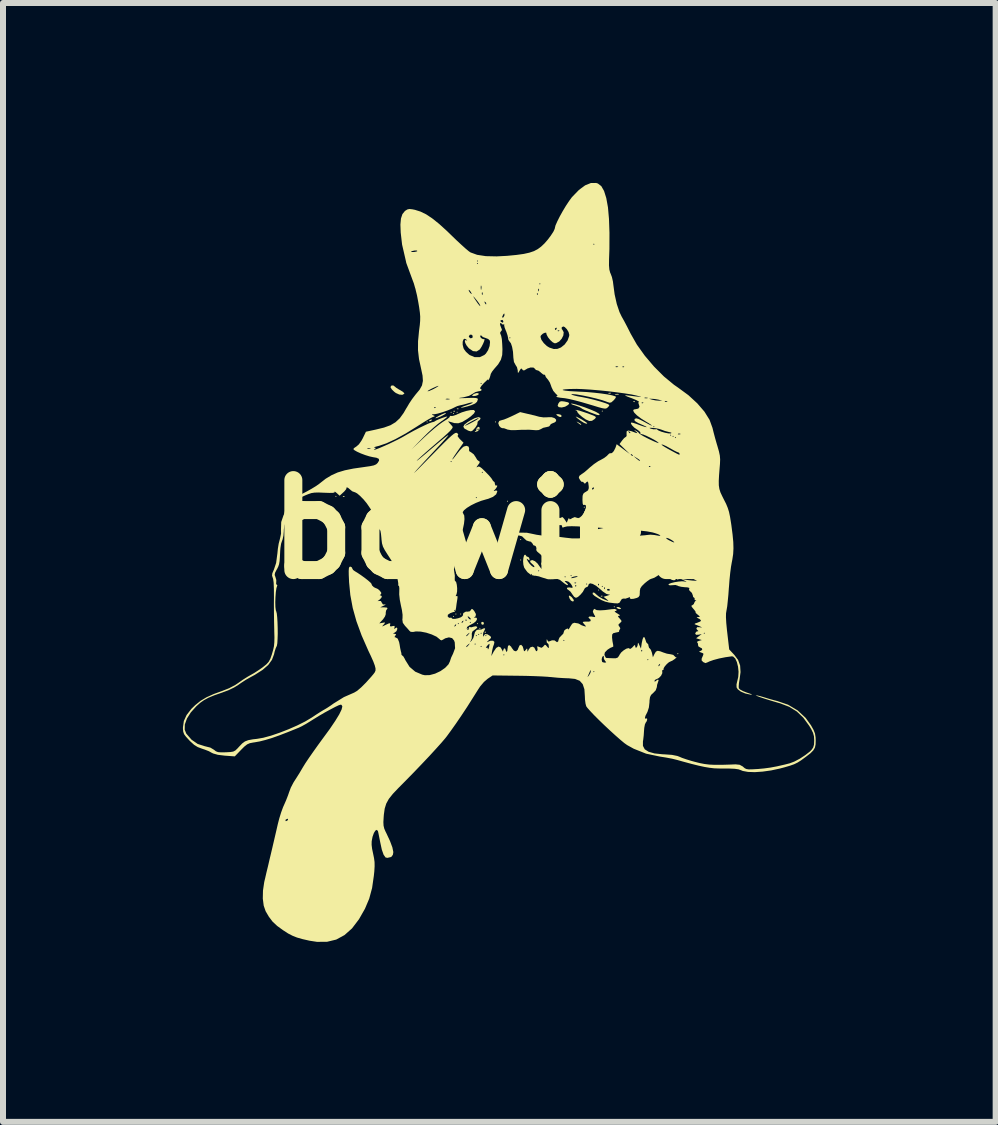
<source format=kicad_pcb>
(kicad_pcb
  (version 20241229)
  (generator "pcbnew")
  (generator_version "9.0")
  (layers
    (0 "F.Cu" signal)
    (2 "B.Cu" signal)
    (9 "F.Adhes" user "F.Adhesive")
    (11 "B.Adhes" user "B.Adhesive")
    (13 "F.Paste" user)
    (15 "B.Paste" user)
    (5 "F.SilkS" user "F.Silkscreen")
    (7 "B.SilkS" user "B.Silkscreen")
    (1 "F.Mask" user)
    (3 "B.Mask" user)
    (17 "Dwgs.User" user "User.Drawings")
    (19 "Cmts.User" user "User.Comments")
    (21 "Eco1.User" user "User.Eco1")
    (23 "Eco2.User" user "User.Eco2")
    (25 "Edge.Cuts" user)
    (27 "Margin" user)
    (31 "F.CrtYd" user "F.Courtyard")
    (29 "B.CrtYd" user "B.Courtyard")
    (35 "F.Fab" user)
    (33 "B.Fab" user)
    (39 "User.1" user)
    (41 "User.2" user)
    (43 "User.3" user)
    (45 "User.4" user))
  (footprint "bowie1"
    (layer "F.Cu")
    (at 5.34 5.775)
    (property "Reference" "bowie1" (at 0 0 0) (layer "F.SilkS") (effects (font (size 1.5 1.5) (thickness 0.3))))
    (attr board_only exclude_from_pos_files exclude_from_bom)
    (fp_poly (pts (xy -2.78 -0.55) (xy -2.79 -0.54) (xy -2.8 -0.55) (xy -2.79 -0.56)) (stroke (width 0) (type solid)) (fill yes) (layer "F.SilkS"))
    (fp_poly (pts (xy -1.26 -1.791) (xy -1.27 -1.781) (xy -1.28 -1.791) (xy -1.27 -1.801)) (stroke (width 0) (type solid)) (fill yes) (layer "F.SilkS"))
    (fp_poly (pts (xy -0.86 -1.952) (xy -0.87 -1.942) (xy -0.88 -1.952) (xy -0.87 -1.962)) (stroke (width 0) (type solid)) (fill yes) (layer "F.SilkS"))
    (fp_poly (pts (xy -0.82 -1.932) (xy -0.83 -1.922) (xy -0.84 -1.932) (xy -0.83 -1.942)) (stroke (width 0) (type solid)) (fill yes) (layer "F.SilkS"))
    (fp_poly (pts (xy -0.82 1.451) (xy -0.83 1.461) (xy -0.84 1.451) (xy -0.83 1.441)) (stroke (width 0) (type solid)) (fill yes) (layer "F.SilkS"))
    (fp_poly (pts (xy -0.78 1.411) (xy -0.79 1.421) (xy -0.8 1.411) (xy -0.79 1.401)) (stroke (width 0) (type solid)) (fill yes) (layer "F.SilkS"))
    (fp_poly (pts (xy -0.76 -1.952) (xy -0.77 -1.942) (xy -0.78 -1.952) (xy -0.77 -1.962)) (stroke (width 0) (type solid)) (fill yes) (layer "F.SilkS"))
    (fp_poly (pts (xy -0.7 1.411) (xy -0.71 1.421) (xy -0.72 1.411) (xy -0.71 1.401)) (stroke (width 0) (type solid)) (fill yes) (layer "F.SilkS"))
    (fp_poly (pts (xy -0.58 1.651) (xy -0.59 1.661) (xy -0.6 1.651) (xy -0.59 1.641)) (stroke (width 0) (type solid)) (fill yes) (layer "F.SilkS"))
    (fp_poly (pts (xy -0.42 1.571) (xy -0.43 1.581) (xy -0.44 1.571) (xy -0.43 1.561)) (stroke (width 0) (type solid)) (fill yes) (layer "F.SilkS"))
    (fp_poly (pts (xy -0.38 1.651) (xy -0.39 1.661) (xy -0.4 1.651) (xy -0.39 1.641)) (stroke (width 0) (type solid)) (fill yes) (layer "F.SilkS"))
    (fp_poly (pts (xy -0.12 -1.791) (xy -0.13 -1.781) (xy -0.14 -1.791) (xy -0.13 -1.801)) (stroke (width 0) (type solid)) (fill yes) (layer "F.SilkS"))
    (fp_poly (pts (xy 0.08 -0.47) (xy 0.07 -0.46) (xy 0.06 -0.47) (xy 0.07 -0.48)) (stroke (width 0) (type solid)) (fill yes) (layer "F.SilkS"))
    (fp_poly (pts (xy 0.3 0.17) (xy 0.29 0.18) (xy 0.28 0.17) (xy 0.29 0.16)) (stroke (width 0) (type solid)) (fill yes) (layer "F.SilkS"))
    (fp_poly (pts (xy 0.3 0.51) (xy 0.29 0.52) (xy 0.28 0.51) (xy 0.29 0.5)) (stroke (width 0) (type solid)) (fill yes) (layer "F.SilkS"))
    (fp_poly (pts (xy 1.36 -0.37) (xy 1.35 -0.36) (xy 1.34 -0.37) (xy 1.35 -0.38)) (stroke (width 0) (type solid)) (fill yes) (layer "F.SilkS"))
    (fp_poly (pts (xy 1.6 1.011) (xy 1.59 1.021) (xy 1.58 1.011) (xy 1.59 1.001)) (stroke (width 0) (type solid)) (fill yes) (layer "F.SilkS"))
    (fp_poly (pts (xy 1.66 -1.972) (xy 1.65 -1.962) (xy 1.64 -1.972) (xy 1.65 -1.982)) (stroke (width 0) (type solid)) (fill yes) (layer "F.SilkS"))
    (fp_poly (pts (xy 1.86 1.291) (xy 1.85 1.301) (xy 1.84 1.291) (xy 1.85 1.281)) (stroke (width 0) (type solid)) (fill yes) (layer "F.SilkS"))
    (fp_poly (pts (xy 2.92 0.831) (xy 2.91 0.841) (xy 2.9 0.831) (xy 2.91 0.821)) (stroke (width 0) (type solid)) (fill yes) (layer "F.SilkS"))
    (fp_poly (pts (xy 2.92 2.072) (xy 2.91 2.082) (xy 2.9 2.072) (xy 2.91 2.062)) (stroke (width 0) (type solid)) (fill yes) (layer "F.SilkS"))
    (fp_poly (pts (xy -2.647 -0.554) (xy -2.649 -0.542) (xy -2.66 -0.54) (xy -2.676 -0.548) (xy -2.673 -0.554) (xy -2.65 -0.556)) (stroke (width 0) (type solid)) (fill yes) (layer "F.SilkS"))
    (fp_poly (pts (xy -0.807 -1.975) (xy -0.809 -1.963) (xy -0.82 -1.962) (xy -0.836 -1.969) (xy -0.833 -1.975) (xy -0.81 -1.977)) (stroke (width 0) (type solid)) (fill yes) (layer "F.SilkS"))
    (fp_poly (pts (xy -0.747 -2.015) (xy -0.749 -2.003) (xy -0.76 -2.002) (xy -0.776 -2.009) (xy -0.773 -2.015) (xy -0.75 -2.017)) (stroke (width 0) (type solid)) (fill yes) (layer "F.SilkS"))
    (fp_poly (pts (xy -0.287 1.708) (xy -0.289 1.72) (xy -0.3 1.721) (xy -0.316 1.714) (xy -0.313 1.708) (xy -0.29 1.706)) (stroke (width 0) (type solid)) (fill yes) (layer "F.SilkS"))
    (fp_poly (pts (xy 1.653 1.108) (xy 1.651 1.119) (xy 1.64 1.121) (xy 1.624 1.114) (xy 1.627 1.108) (xy 1.65 1.105)) (stroke (width 0) (type solid)) (fill yes) (layer "F.SilkS"))
    (fp_poly (pts (xy 1.795 -2.274) (xy 1.789 -2.265) (xy 1.768 -2.263) (xy 1.747 -2.268) (xy 1.756 -2.275) (xy 1.788 -2.278)) (stroke (width 0) (type solid)) (fill yes) (layer "F.SilkS"))
    (fp_poly (pts (xy 2.193 -2.135) (xy 2.191 -2.123) (xy 2.18 -2.122) (xy 2.164 -2.129) (xy 2.167 -2.135) (xy 2.19 -2.137)) (stroke (width 0) (type solid)) (fill yes) (layer "F.SilkS"))
    (fp_poly (pts (xy -1.19 -1.821) (xy -1.212 -1.805) (xy -1.234 -1.802) (xy -1.24 -1.809) (xy -1.224 -1.822) (xy -1.209 -1.829) (xy -1.188 -1.83)) (stroke (width 0) (type solid)) (fill yes) (layer "F.SilkS"))
    (fp_poly (pts (xy -0.323 1.554) (xy -0.326 1.579) (xy -0.338 1.59) (xy -0.359 1.585) (xy -0.367 1.571) (xy -0.364 1.545) (xy -0.349 1.541)) (stroke (width 0) (type solid)) (fill yes) (layer "F.SilkS"))
    (fp_poly (pts (xy 0.652 0.554) (xy 0.677 0.58) (xy 0.68 0.593) (xy 0.671 0.618) (xy 0.651 0.614) (xy 0.635 0.582) (xy 0.634 0.554)) (stroke (width 0) (type solid)) (fill yes) (layer "F.SilkS"))
    (fp_poly (pts (xy 1.23 -1.794) (xy 1.255 -1.782) (xy 1.289 -1.762) (xy 1.3 -1.751) (xy 1.294 -1.742) (xy 1.27 -1.756) (xy 1.249 -1.772) (xy 1.223 -1.794)) (stroke (width 0) (type solid)) (fill yes) (layer "F.SilkS"))
    (fp_poly (pts (xy 1.925 -2.255) (xy 1.926 -2.248) (xy 1.895 -2.246) (xy 1.89 -2.246) (xy 1.859 -2.249) (xy 1.862 -2.255) (xy 1.865 -2.256) (xy 1.909 -2.259)) (stroke (width 0) (type solid)) (fill yes) (layer "F.SilkS"))
    (fp_poly (pts (xy 1.947 1.305) (xy 1.962 1.321) (xy 1.959 1.327) (xy 1.935 1.329) (xy 1.911 1.322) (xy 1.888 1.306) (xy 1.892 1.296) (xy 1.918 1.294)) (stroke (width 0) (type solid)) (fill yes) (layer "F.SilkS"))
    (fp_poly (pts (xy 0.953 -1.913) (xy 0.973 -1.894) (xy 0.964 -1.874) (xy 0.963 -1.873) (xy 0.936 -1.876) (xy 0.908 -1.891) (xy 0.882 -1.913) (xy 0.891 -1.92) (xy 0.914 -1.921)) (stroke (width 0) (type solid)) (fill yes) (layer "F.SilkS"))
    (fp_poly (pts (xy 1.136 1.126) (xy 1.147 1.137) (xy 1.176 1.178) (xy 1.172 1.198) (xy 1.153 1.201) (xy 1.126 1.185) (xy 1.104 1.151) (xy 1.092 1.112) (xy 1.104 1.103)) (stroke (width 0) (type solid)) (fill yes) (layer "F.SilkS"))
    (fp_poly (pts (xy 2.863 0.823) (xy 2.874 0.837) (xy 2.867 0.846) (xy 2.836 0.848) (xy 2.811 0.842) (xy 2.787 0.829) (xy 2.799 0.818) (xy 2.803 0.816) (xy 2.835 0.813)) (stroke (width 0) (type solid)) (fill yes) (layer "F.SilkS"))
    (fp_poly (pts (xy -0.415 -2.269) (xy -0.408 -2.255) (xy -0.423 -2.24) (xy -0.457 -2.227) (xy -0.495 -2.222) (xy -0.519 -2.227) (xy -0.52 -2.231) (xy -0.505 -2.247) (xy -0.48 -2.262) (xy -0.443 -2.273)) (stroke (width 0) (type solid)) (fill yes) (layer "F.SilkS"))
    (fp_poly (pts (xy -0.956 -1.933) (xy -0.979 -1.916) (xy -1.019 -1.894) (xy -1.068 -1.872) (xy -1.115 -1.855) (xy -1.12 -1.853) (xy -1.133 -1.854) (xy -1.114 -1.87) (xy -1.08 -1.89) (xy -1.022 -1.919) (xy -0.976 -1.937) (xy -0.96 -1.94)) (stroke (width 0) (type solid)) (fill yes) (layer "F.SilkS"))
    (fp_poly (pts (xy 1.232 -1.872) (xy 1.276 -1.85) (xy 1.326 -1.821) (xy 1.37 -1.793) (xy 1.397 -1.773) (xy 1.4 -1.769) (xy 1.386 -1.761) (xy 1.348 -1.774) (xy 1.294 -1.807) (xy 1.272 -1.823) (xy 1.23 -1.856) (xy 1.209 -1.878) (xy 1.208 -1.881)) (stroke (width 0) (type solid)) (fill yes) (layer "F.SilkS"))
    (fp_poly (pts (xy 1.017 -2.132) (xy 1.075 -2.119) (xy 1.098 -2.106) (xy 1.092 -2.088) (xy 1.079 -2.074) (xy 1.03 -2.045) (xy 0.973 -2.032) (xy 0.926 -2.038) (xy 0.923 -2.04) (xy 0.906 -2.061) (xy 0.917 -2.095) (xy 0.92 -2.101) (xy 0.942 -2.13) (xy 0.974 -2.137)) (stroke (width 0) (type solid)) (fill yes) (layer "F.SilkS"))
    (fp_poly (pts (xy -1.81 -2.382) (xy -1.785 -2.361) (xy -1.739 -2.332) (xy -1.718 -2.321) (xy -1.673 -2.293) (xy -1.651 -2.269) (xy -1.65 -2.261) (xy -1.683 -2.243) (xy -1.734 -2.248) (xy -1.792 -2.274) (xy -1.818 -2.294) (xy -1.858 -2.333) (xy -1.879 -2.367) (xy -1.88 -2.374) (xy -1.866 -2.397) (xy -1.835 -2.4)) (stroke (width 0) (type solid)) (fill yes) (layer "F.SilkS"))
    (fp_poly (pts (xy -0.393 -1.692) (xy -0.4 -1.662) (xy -0.43 -1.635) (xy -0.469 -1.623) (xy -0.474 -1.623) (xy -0.475 -1.63) (xy -0.465 -1.635) (xy -0.448 -1.653) (xy -0.45 -1.661) (xy -0.447 -1.675) (xy -0.433 -1.675) (xy -0.431 -1.663) (xy -0.42 -1.661) (xy -0.404 -1.669) (xy -0.407 -1.675) (xy -0.43 -1.677) (xy -0.433 -1.675) (xy -0.447 -1.675) (xy -0.445 -1.685) (xy -0.432 -1.7) (xy -0.407 -1.711)) (stroke (width 0) (type solid)) (fill yes) (layer "F.SilkS"))
    (fp_poly (pts (xy 1.226 -1.99) (xy 1.277 -1.977) (xy 1.347 -1.954) (xy 1.389 -1.94) (xy 1.47 -1.91) (xy 1.519 -1.89) (xy 1.541 -1.875) (xy 1.542 -1.861) (xy 1.527 -1.844) (xy 1.522 -1.839) (xy 1.479 -1.81) (xy 1.433 -1.807) (xy 1.376 -1.832) (xy 1.32 -1.871) (xy 1.272 -1.911) (xy 1.241 -1.944) (xy 1.235 -1.959) (xy 1.225 -1.98) (xy 1.217 -1.982) (xy 1.202 -1.988) (xy 1.204 -1.992)) (stroke (width 0) (type solid)) (fill yes) (layer "F.SilkS"))
    (fp_poly (pts (xy 1.152 -2.096) (xy 1.204 -2.084) (xy 1.276 -2.062) (xy 1.36 -2.034) (xy 1.446 -2.001) (xy 1.487 -1.984) (xy 1.549 -1.956) (xy 1.592 -1.931) (xy 1.607 -1.916) (xy 1.607 -1.915) (xy 1.597 -1.906) (xy 1.582 -1.905) (xy 1.556 -1.911) (xy 1.508 -1.929) (xy 1.44 -1.954) (xy 1.374 -1.982) (xy 1.324 -2.005) (xy 1.3 -2.021) (xy 1.3 -2.021) (xy 1.276 -2.036) (xy 1.228 -2.055) (xy 1.205 -2.063) (xy 1.156 -2.079) (xy 1.129 -2.092) (xy 1.128 -2.096)) (stroke (width 0) (type solid)) (fill yes) (layer "F.SilkS"))
    (fp_poly (pts (xy -0.385 -1.862) (xy -0.38 -1.844) (xy -0.396 -1.822) (xy -0.41 -1.814) (xy -0.43 -1.791) (xy -0.429 -1.777) (xy -0.435 -1.747) (xy -0.462 -1.703) (xy -0.475 -1.687) (xy -0.512 -1.647) (xy -0.539 -1.634) (xy -0.573 -1.642) (xy -0.592 -1.65) (xy -0.647 -1.68) (xy -0.666 -1.711) (xy -0.658 -1.728) (xy -0.64 -1.728) (xy -0.624 -1.732) (xy -0.582 -1.751) (xy -0.523 -1.782) (xy -0.52 -1.783) (xy -0.461 -1.816) (xy -0.421 -1.842) (xy -0.407 -1.856) (xy -0.408 -1.856) (xy -0.427 -1.851) (xy -0.47 -1.831) (xy -0.524 -1.803) (xy -0.577 -1.773) (xy -0.62 -1.746) (xy -0.64 -1.729) (xy -0.64 -1.728) (xy -0.658 -1.728) (xy -0.65 -1.745) (xy -0.597 -1.787) (xy -0.556 -1.812) (xy -0.474 -1.855) (xy -0.416 -1.871)) (stroke (width 0) (type solid)) (fill yes) (layer "F.SilkS"))
    (fp_poly (pts (xy 0.405 -1.926) (xy 0.485 -1.907) (xy 0.56 -1.888) (xy 0.601 -1.877) (xy 0.671 -1.867) (xy 0.745 -1.869) (xy 0.749 -1.87) (xy 0.808 -1.87) (xy 0.854 -1.855) (xy 0.88 -1.831) (xy 0.88 -1.803) (xy 0.851 -1.78) (xy 0.83 -1.773) (xy 0.792 -1.755) (xy 0.78 -1.735) (xy 0.763 -1.716) (xy 0.72 -1.705) (xy 0.718 -1.705) (xy 0.665 -1.693) (xy 0.629 -1.673) (xy 0.591 -1.656) (xy 0.546 -1.653) (xy 0.434 -1.661) (xy 0.304 -1.66) (xy 0.206 -1.655) (xy 0.131 -1.654) (xy 0.07 -1.664) (xy 0.056 -1.67) (xy 0.012 -1.686) (xy -0.014 -1.687) (xy -0.04 -1.696) (xy -0.068 -1.724) (xy -0.084 -1.772) (xy -0.067 -1.808) (xy -0.023 -1.822) (xy 0.011 -1.831) (xy 0.068 -1.854) (xy 0.137 -1.885) (xy 0.145 -1.889) (xy 0.281 -1.955)) (stroke (width 0) (type solid)) (fill yes) (layer "F.SilkS"))
    (fp_poly (pts (xy 1.577 -5.766) (xy 1.634 -5.722) (xy 1.68 -5.641) (xy 1.717 -5.523) (xy 1.745 -5.368) (xy 1.762 -5.175) (xy 1.77 -4.944) (xy 1.769 -4.674) (xy 1.763 -4.501) (xy 1.762 -4.401) (xy 1.768 -4.331) (xy 1.782 -4.279) (xy 1.789 -4.264) (xy 1.811 -4.206) (xy 1.828 -4.131) (xy 1.832 -4.097) (xy 1.856 -3.918) (xy 1.892 -3.757) (xy 1.937 -3.623) (xy 1.973 -3.548) (xy 2.014 -3.475) (xy 2.063 -3.382) (xy 2.111 -3.287) (xy 2.123 -3.263) (xy 2.227 -3.08) (xy 2.36 -2.894) (xy 2.513 -2.714) (xy 2.678 -2.549) (xy 2.845 -2.411) (xy 2.91 -2.366) (xy 3.086 -2.237) (xy 3.234 -2.101) (xy 3.353 -1.963) (xy 3.439 -1.825) (xy 3.488 -1.69) (xy 3.489 -1.685) (xy 3.507 -1.612) (xy 3.532 -1.518) (xy 3.56 -1.42) (xy 3.569 -1.391) (xy 3.595 -1.3) (xy 3.61 -1.23) (xy 3.615 -1.166) (xy 3.612 -1.09) (xy 3.607 -1.031) (xy 3.597 -0.904) (xy 3.592 -0.809) (xy 3.593 -0.735) (xy 3.602 -0.674) (xy 3.62 -0.617) (xy 3.649 -0.555) (xy 3.677 -0.499) (xy 3.715 -0.424) (xy 3.742 -0.358) (xy 3.763 -0.291) (xy 3.78 -0.21) (xy 3.797 -0.104) (xy 3.802 -0.071) (xy 3.822 0.084) (xy 3.834 0.21) (xy 3.837 0.316) (xy 3.832 0.411) (xy 3.818 0.504) (xy 3.809 0.55) (xy 3.796 0.624) (xy 3.783 0.724) (xy 3.771 0.841) (xy 3.762 0.96) (xy 3.76 0.981) (xy 3.752 1.092) (xy 3.742 1.195) (xy 3.733 1.282) (xy 3.723 1.341) (xy 3.721 1.351) (xy 3.713 1.4) (xy 3.712 1.467) (xy 3.717 1.559) (xy 3.729 1.683) (xy 3.733 1.716) (xy 3.766 2.001) (xy 3.851 2.092) (xy 3.914 2.176) (xy 3.948 2.269) (xy 3.955 2.379) (xy 3.939 2.499) (xy 3.928 2.568) (xy 3.924 2.624) (xy 3.927 2.65) (xy 3.95 2.671) (xy 4.001 2.698) (xy 4.064 2.722) (xy 4.125 2.743) (xy 4.148 2.754) (xy 4.137 2.756) (xy 4.116 2.754) (xy 4.032 2.735) (xy 3.959 2.704) (xy 3.908 2.665) (xy 3.889 2.634) (xy 3.888 2.583) (xy 3.899 2.535) (xy 3.917 2.459) (xy 3.922 2.373) (xy 3.913 2.288) (xy 3.894 2.212) (xy 3.867 2.153) (xy 3.832 2.12) (xy 3.81 2.116) (xy 3.704 2.131) (xy 3.598 2.152) (xy 3.505 2.177) (xy 3.434 2.202) (xy 3.41 2.214) (xy 3.371 2.229) (xy 3.334 2.213) (xy 3.332 2.211) (xy 3.306 2.184) (xy 3.308 2.151) (xy 3.317 2.131) (xy 3.335 2.088) (xy 3.334 2.068) (xy 3.31 2.057) (xy 3.295 2.052) (xy 3.266 2.04) (xy 3.273 2.031) (xy 3.285 2.028) (xy 3.316 2.009) (xy 3.312 1.984) (xy 3.279 1.967) (xy 3.25 1.948) (xy 3.248 1.93) (xy 3.243 1.897) (xy 3.234 1.888) (xy 3.23 1.873) (xy 3.26 1.859) (xy 3.31 1.845) (xy 3.262 1.83) (xy 3.215 1.815) (xy 3.261 1.78) (xy 3.308 1.745) (xy 3.254 1.756) (xy 3.213 1.757) (xy 3.2 1.738) (xy 3.2 1.734) (xy 3.201 1.731) (xy 3.34 1.731) (xy 3.35 1.741) (xy 3.36 1.731) (xy 3.35 1.721) (xy 3.34 1.731) (xy 3.201 1.731) (xy 3.216 1.706) (xy 3.235 1.7) (xy 3.254 1.695) (xy 3.245 1.688) (xy 3.222 1.662) (xy 3.22 1.649) (xy 3.232 1.63) (xy 3.274 1.631) (xy 3.275 1.631) (xy 3.309 1.637) (xy 3.306 1.632) (xy 3.29 1.623) (xy 3.237 1.6) (xy 3.21 1.59) (xy 3.188 1.579) (xy 3.197 1.569) (xy 3.235 1.556) (xy 3.285 1.535) (xy 3.296 1.516) (xy 3.27 1.493) (xy 3.255 1.486) (xy 3.225 1.469) (xy 3.23 1.463) (xy 3.25 1.462) (xy 3.274 1.459) (xy 3.27 1.446) (xy 3.24 1.421) (xy 3.21 1.395) (xy 3.205 1.382) (xy 3.206 1.382) (xy 3.204 1.369) (xy 3.18 1.337) (xy 3.17 1.326) (xy 3.14 1.289) (xy 3.137 1.27) (xy 3.15 1.265) (xy 3.177 1.244) (xy 3.18 1.231) (xy 3.196 1.2) (xy 3.205 1.194) (xy 3.219 1.185) (xy 3.204 1.183) (xy 3.187 1.17) (xy 3.19 1.161) (xy 3.188 1.142) (xy 3.181 1.141) (xy 3.164 1.124) (xy 3.16 1.101) (xy 3.144 1.059) (xy 3.121 1.037) (xy 3.095 1.009) (xy 3.101 0.99) (xy 3.1 0.975) (xy 3.066 0.966) (xy 3.026 0.964) (xy 2.965 0.957) (xy 2.918 0.945) (xy 2.908 0.939) (xy 2.87 0.927) (xy 2.823 0.93) (xy 2.777 0.933) (xy 2.752 0.923) (xy 2.762 0.909) (xy 2.8 0.894) (xy 2.857 0.88) (xy 2.92 0.87) (xy 2.979 0.865) (xy 3.017 0.868) (xy 3.05 0.874) (xy 3.051 0.87) (xy 3.016 0.852) (xy 3.01 0.849) (xy 2.95 0.819) (xy 3.01 0.833) (xy 3.072 0.844) (xy 3.142 0.852) (xy 3.15 0.853) (xy 3.23 0.858) (xy 3.171 0.827) (xy 3.101 0.805) (xy 3 0.798) (xy 2.981 0.798) (xy 2.912 0.798) (xy 2.877 0.793) (xy 2.874 0.783) (xy 2.88 0.779) (xy 2.899 0.763) (xy 2.883 0.766) (xy 2.876 0.768) (xy 2.835 0.778) (xy 2.777 0.791) (xy 2.769 0.792) (xy 2.721 0.799) (xy 2.706 0.792) (xy 2.71 0.78) (xy 2.713 0.764) (xy 2.686 0.763) (xy 2.662 0.767) (xy 2.619 0.772) (xy 2.61 0.762) (xy 2.613 0.756) (xy 2.608 0.751) (xy 2.58 0.767) (xy 2.566 0.777) (xy 2.518 0.806) (xy 2.479 0.82) (xy 2.474 0.821) (xy 2.444 0.833) (xy 2.397 0.866) (xy 2.359 0.897) (xy 2.309 0.946) (xy 2.284 0.984) (xy 2.276 1.027) (xy 2.276 1.048) (xy 2.273 1.1) (xy 2.255 1.128) (xy 2.228 1.142) (xy 2.173 1.157) (xy 2.13 1.16) (xy 2.109 1.15) (xy 2.111 1.139) (xy 2.11 1.128) (xy 2.081 1.14) (xy 2.036 1.155) (xy 2.008 1.153) (xy 1.977 1.16) (xy 1.956 1.191) (xy 1.937 1.222) (xy 1.907 1.234) (xy 1.852 1.231) (xy 1.852 1.231) (xy 1.763 1.22) (xy 1.698 1.204) (xy 1.638 1.179) (xy 1.589 1.151) (xy 1.523 1.11) (xy 1.491 1.08) (xy 1.49 1.059) (xy 1.498 1.052) (xy 1.522 1.058) (xy 1.553 1.087) (xy 1.595 1.122) (xy 1.655 1.157) (xy 1.68 1.167) (xy 1.733 1.188) (xy 1.753 1.193) (xy 1.745 1.183) (xy 1.721 1.163) (xy 1.671 1.124) (xy 1.741 1.103) (xy 1.775 1.091) (xy 1.774 1.086) (xy 1.762 1.087) (xy 1.718 1.075) (xy 1.657 1.034) (xy 1.62 1) (xy 1.73 1) (xy 1.735 1.018) (xy 1.749 1.021) (xy 1.776 1.016) (xy 1.78 1.012) (xy 1.765 0.993) (xy 1.739 0.993) (xy 1.73 1) (xy 1.62 1) (xy 1.614 0.996) (xy 1.596 0.981) (xy 1.68 0.981) (xy 1.687 0.997) (xy 1.693 0.994) (xy 1.696 0.97) (xy 1.693 0.967) (xy 1.681 0.97) (xy 1.68 0.981) (xy 1.596 0.981) (xy 1.56 0.951) (xy 1.64 0.951) (xy 1.65 0.961) (xy 1.66 0.951) (xy 1.65 0.941) (xy 1.64 0.951) (xy 1.56 0.951) (xy 1.549 0.941) (xy 1.512 0.921) (xy 1.58 0.921) (xy 1.587 0.937) (xy 1.593 0.934) (xy 1.596 0.91) (xy 1.593 0.907) (xy 1.581 0.91) (xy 1.58 0.921) (xy 1.512 0.921) (xy 1.491 0.909) (xy 1.447 0.899) (xy 1.423 0.915) (xy 1.42 0.931) (xy 1.405 0.957) (xy 1.391 0.961) (xy 1.362 0.977) (xy 1.351 0.996) (xy 1.326 1.042) (xy 1.286 1.089) (xy 1.244 1.127) (xy 1.211 1.141) (xy 1.182 1.125) (xy 1.152 1.085) (xy 1.151 1.083) (xy 1.121 1.039) (xy 1.091 1.014) (xy 1.091 1.014) (xy 1.061 0.992) (xy 1.065 0.972) (xy 1.097 0.967) (xy 1.11 0.969) (xy 1.148 0.975) (xy 1.157 0.964) (xy 1.146 0.941) (xy 1.2 0.941) (xy 1.207 0.957) (xy 1.213 0.954) (xy 1.216 0.93) (xy 1.213 0.927) (xy 1.201 0.93) (xy 1.2 0.941) (xy 1.146 0.941) (xy 1.139 0.928) (xy 1.128 0.911) (xy 1.38 0.911) (xy 1.39 0.921) (xy 1.4 0.911) (xy 1.39 0.901) (xy 1.38 0.911) (xy 1.128 0.911) (xy 1.128 0.91) (xy 1.105 0.887) (xy 1.187 0.887) (xy 1.189 0.899) (xy 1.2 0.901) (xy 1.216 0.893) (xy 1.213 0.887) (xy 1.19 0.885) (xy 1.187 0.887) (xy 1.105 0.887) (xy 1.091 0.874) (xy 1.054 0.861) (xy 1.025 0.862) (xy 1.03 0.873) (xy 1.051 0.889) (xy 1.076 0.915) (xy 1.077 0.93) (xy 1.056 0.926) (xy 1.017 0.9) (xy 0.993 0.881) (xy 0.944 0.842) (xy 0.903 0.827) (xy 0.851 0.829) (xy 0.836 0.831) (xy 0.747 0.832) (xy 0.685 0.813) (xy 1.129 0.813) (xy 1.152 0.812) (xy 1.17 0.808) (xy 1.215 0.797) (xy 1.238 0.788) (xy 1.238 0.788) (xy 1.236 0.78) (xy 1.21 0.781) (xy 1.174 0.788) (xy 1.143 0.799) (xy 1.14 0.802) (xy 1.129 0.813) (xy 0.685 0.813) (xy 0.66 0.806) (xy 0.614 0.791) (xy 1.02 0.791) (xy 1.03 0.801) (xy 1.04 0.791) (xy 1.03 0.781) (xy 1.02 0.791) (xy 0.614 0.791) (xy 0.596 0.784) (xy 0.538 0.773) (xy 0.52 0.773) (xy 0.512 0.771) (xy 1.12 0.771) (xy 1.13 0.781) (xy 1.14 0.771) (xy 1.13 0.761) (xy 1.12 0.771) (xy 0.512 0.771) (xy 0.47 0.761) (xy 0.48 0.751) (xy 2.74 0.751) (xy 2.75 0.761) (xy 2.76 0.751) (xy 2.78 0.751) (xy 2.79 0.761) (xy 2.8 0.751) (xy 2.79 0.741) (xy 2.78 0.751) (xy 2.76 0.751) (xy 2.75 0.741) (xy 2.74 0.751) (xy 0.48 0.751) (xy 0.47 0.741) (xy 0.46 0.751) (xy 0.47 0.761) (xy 0.462 0.759) (xy 0.426 0.731) (xy 2.82 0.731) (xy 2.83 0.741) (xy 2.84 0.731) (xy 2.83 0.721) (xy 2.82 0.731) (xy 0.426 0.731) (xy 0.404 0.714) (xy 0.386 0.691) (xy 0.58 0.691) (xy 0.59 0.701) (xy 0.6 0.691) (xy 0.78 0.691) (xy 0.79 0.701) (xy 0.798 0.693) (xy 2.999 0.693) (xy 3.026 0.696) (xy 3.04 0.696) (xy 3.076 0.694) (xy 3.081 0.689) (xy 3.075 0.687) (xy 3.024 0.684) (xy 3.005 0.687) (xy 2.999 0.693) (xy 0.798 0.693) (xy 0.8 0.691) (xy 0.79 0.681) (xy 0.78 0.691) (xy 0.6 0.691) (xy 0.59 0.681) (xy 0.58 0.691) (xy 0.386 0.691) (xy 0.353 0.645) (xy 0.348 0.636) (xy 0.335 0.59) (xy 0.33 0.533) (xy 0.335 0.477) (xy 0.346 0.435) (xy 0.363 0.42) (xy 0.38 0.436) (xy 0.38 0.44) (xy 0.395 0.456) (xy 0.404 0.455) (xy 0.427 0.468) (xy 0.436 0.49) (xy 0.439 0.517) (xy 0.422 0.51) (xy 0.412 0.502) (xy 0.392 0.487) (xy 0.392 0.497) (xy 0.408 0.53) (xy 0.435 0.569) (xy 0.468 0.604) (xy 0.499 0.627) (xy 0.518 0.63) (xy 0.52 0.623) (xy 0.505 0.598) (xy 0.476 0.572) (xy 0.447 0.543) (xy 0.453 0.519) (xy 0.454 0.519) (xy 0.486 0.512) (xy 0.529 0.531) (xy 0.572 0.57) (xy 0.6 0.61) (xy 0.629 0.65) (xy 0.654 0.669) (xy 0.672 0.669) (xy 0.669 0.659) (xy 0.677 0.639) (xy 0.712 0.617) (xy 0.718 0.615) (xy 0.726 0.61) (xy 1.52 0.61) (xy 1.53 0.62) (xy 1.54 0.61) (xy 1.53 0.6) (xy 1.52 0.61) (xy 0.726 0.61) (xy 0.764 0.587) (xy 0.78 0.556) (xy 0.794 0.526) (xy 0.81 0.52) (xy 0.837 0.51) (xy 0.84 0.5) (xy 0.828 0.482) (xy 0.799 0.491) (xy 0.785 0.504) (xy 0.757 0.515) (xy 0.728 0.499) (xy 0.705 0.483) (xy 0.702 0.496) (xy 0.708 0.521) (xy 0.716 0.555) (xy 0.709 0.553) (xy 0.691 0.532) (xy 0.667 0.492) (xy 0.66 0.468) (xy 0.65 0.45) (xy 0.7 0.45) (xy 0.71 0.46) (xy 0.72 0.45) (xy 0.71 0.44) (xy 0.7 0.45) (xy 0.65 0.45) (xy 0.645 0.441) (xy 0.608 0.406) (xy 0.6 0.4) (xy 0.563 0.368) (xy 0.549 0.344) (xy 0.55 0.341) (xy 0.553 0.312) (xy 0.542 0.282) (xy 0.524 0.269) (xy 0.519 0.271) (xy 0.501 0.263) (xy 0.49 0.24) (xy 0.461 0.206) (xy 0.431 0.2) (xy 0.386 0.185) (xy 0.348 0.15) (xy 0.313 0.116) (xy 0.265 0.102) (xy 0.224 0.1) (xy 0.169 0.096) (xy 0.15 0.087) (xy 0.166 0.074) (xy 0.214 0.061) (xy 0.261 0.054) (xy 0.393 0.056) (xy 0.477 0.073) (xy 0.557 0.09) (xy 0.655 0.104) (xy 0.74 0.11) (xy 0.842 0.117) (xy 0.956 0.128) (xy 1.042 0.139) (xy 1.143 0.15) (xy 1.245 0.15) (xy 1.256 0.15) (xy 2.716 0.15) (xy 2.742 0.17) (xy 2.76 0.18) (xy 2.815 0.207) (xy 2.846 0.218) (xy 2.85 0.212) (xy 2.823 0.189) (xy 2.81 0.18) (xy 2.762 0.153) (xy 2.723 0.141) (xy 2.72 0.141) (xy 2.716 0.15) (xy 1.256 0.15) (xy 1.365 0.141) (xy 1.402 0.137) (xy 1.495 0.129) (xy 1.615 0.121) (xy 1.751 0.116) (xy 1.89 0.112) (xy 1.97 0.111) (xy 2.09 0.11) (xy 2.201 0.107) (xy 2.294 0.103) (xy 2.361 0.098) (xy 2.392 0.094) (xy 2.452 0.088) (xy 2.522 0.094) (xy 2.537 0.097) (xy 2.595 0.107) (xy 2.619 0.106) (xy 2.612 0.096) (xy 2.578 0.079) (xy 2.518 0.059) (xy 2.485 0.05) (xy 2.393 0.033) (xy 2.271 0.019) (xy 2.126 0.009) (xy 2.06 0.007) (xy 1.954 0.003) (xy 1.862 -0.002) (xy 1.79 -0.007) (xy 1.747 -0.011) (xy 1.74 -0.013) (xy 1.706 -0.019) (xy 1.645 -0.025) (xy 1.57 -0.03) (xy 1.57 -0.03) (xy 1.482 -0.035) (xy 1.374 -0.042) (xy 1.267 -0.048) (xy 1.245 -0.05) (xy 1.141 -0.053) (xy 1.064 -0.05) (xy 1.02 -0.04) (xy 1.02 -0.04) (xy 0.989 -0.029) (xy 0.98 -0.046) (xy 0.98 -0.051) (xy 0.971 -0.072) (xy 0.961 -0.071) (xy 0.931 -0.071) (xy 0.887 -0.089) (xy 0.847 -0.117) (xy 0.835 -0.13) (xy 0.822 -0.136) (xy 0.82 -0.125) (xy 0.807 -0.102) (xy 0.778 -0.105) (xy 0.743 -0.13) (xy 0.743 -0.13) (xy 0.76 -0.13) (xy 0.77 -0.12) (xy 0.78 -0.13) (xy 0.77 -0.14) (xy 0.76 -0.13) (xy 0.743 -0.13) (xy 0.731 -0.145) (xy 0.71 -0.181) (xy 0.7 -0.21) (xy 0.703 -0.221) (xy 0.713 -0.214) (xy 0.738 -0.212) (xy 0.76 -0.22) (xy 0.791 -0.227) (xy 0.806 -0.2) (xy 0.83 -0.17) (xy 0.87 -0.16) (xy 0.905 -0.174) (xy 0.91 -0.18) (xy 0.933 -0.193) (xy 0.94 -0.19) (xy 0.964 -0.194) (xy 0.971 -0.202) (xy 0.99 -0.204) (xy 1.019 -0.171) (xy 1.021 -0.168) (xy 1.058 -0.112) (xy 1.078 -0.161) (xy 1.092 -0.188) (xy 1.099 -0.183) (xy 1.106 -0.167) (xy 1.131 -0.176) (xy 1.147 -0.187) (xy 1.192 -0.205) (xy 1.215 -0.197) (xy 1.249 -0.188) (xy 1.276 -0.198) (xy 1.311 -0.228) (xy 1.342 -0.272) (xy 1.365 -0.321) (xy 1.378 -0.367) (xy 1.377 -0.399) (xy 1.359 -0.41) (xy 1.35 -0.408) (xy 1.332 -0.408) (xy 1.323 -0.433) (xy 1.32 -0.488) (xy 1.32 -0.497) (xy 1.322 -0.559) (xy 1.334 -0.595) (xy 1.359 -0.617) (xy 1.375 -0.625) (xy 1.413 -0.651) (xy 1.423 -0.681) (xy 1.48 -0.681) (xy 1.487 -0.661) (xy 1.489 -0.661) (xy 1.506 -0.675) (xy 1.51 -0.681) (xy 1.508 -0.699) (xy 1.501 -0.701) (xy 1.481 -0.686) (xy 1.48 -0.681) (xy 1.423 -0.681) (xy 1.425 -0.688) (xy 1.424 -0.72) (xy 1.416 -0.78) (xy 1.402 -0.8) (xy 1.382 -0.784) (xy 1.379 -0.78) (xy 1.361 -0.761) (xy 1.342 -0.777) (xy 1.34 -0.781) (xy 1.324 -0.797) (xy 1.32 -0.791) (xy 1.309 -0.79) (xy 1.284 -0.816) (xy 1.282 -0.819) (xy 1.259 -0.86) (xy 1.268 -0.892) (xy 1.311 -0.925) (xy 1.323 -0.932) (xy 1.355 -0.955) (xy 1.404 -0.997) (xy 1.445 -1.034) (xy 1.47 -1.054) (xy 2.427 -1.054) (xy 2.429 -1.042) (xy 2.44 -1.041) (xy 2.456 -1.048) (xy 2.453 -1.054) (xy 2.43 -1.057) (xy 2.427 -1.054) (xy 1.47 -1.054) (xy 1.511 -1.088) (xy 1.583 -1.137) (xy 1.622 -1.157) (xy 1.681 -1.19) (xy 1.727 -1.225) (xy 1.739 -1.238) (xy 1.756 -1.255) (xy 2.123 -1.255) (xy 2.128 -1.244) (xy 2.148 -1.223) (xy 2.15 -1.223) (xy 2.17 -1.223) (xy 2.217 -1.182) (xy 2.259 -1.149) (xy 2.278 -1.142) (xy 2.28 -1.149) (xy 2.265 -1.163) (xy 2.228 -1.188) (xy 2.225 -1.19) (xy 2.17 -1.223) (xy 2.15 -1.223) (xy 2.16 -1.227) (xy 2.16 -1.23) (xy 2.146 -1.247) (xy 2.137 -1.253) (xy 2.123 -1.255) (xy 1.756 -1.255) (xy 1.766 -1.265) (xy 1.784 -1.269) (xy 1.811 -1.272) (xy 1.842 -1.305) (xy 1.869 -1.358) (xy 1.872 -1.366) (xy 1.89 -1.42) (xy 2 -1.338) (xy 2.11 -1.256) (xy 2.024 -1.339) (xy 1.944 -1.417) (xy 2.638 -1.417) (xy 2.645 -1.405) (xy 2.681 -1.38) (xy 2.739 -1.346) (xy 2.773 -1.327) (xy 2.851 -1.285) (xy 2.9 -1.259) (xy 2.927 -1.247) (xy 2.938 -1.246) (xy 2.94 -1.252) (xy 2.94 -1.261) (xy 2.926 -1.28) (xy 2.921 -1.281) (xy 2.895 -1.291) (xy 2.846 -1.315) (xy 2.783 -1.351) (xy 2.78 -1.352) (xy 2.717 -1.387) (xy 2.666 -1.41) (xy 2.638 -1.417) (xy 2.638 -1.417) (xy 1.944 -1.417) (xy 1.938 -1.423) (xy 1.981 -1.482) (xy 2.014 -1.521) (xy 2.041 -1.541) (xy 2.044 -1.541) (xy 2.056 -1.558) (xy 2.055 -1.591) (xy 2.056 -1.633) (xy 2.06 -1.636) (xy 2.083 -1.636) (xy 2.088 -1.624) (xy 2.108 -1.603) (xy 2.12 -1.607) (xy 2.12 -1.61) (xy 2.106 -1.627) (xy 2.097 -1.633) (xy 2.083 -1.636) (xy 2.06 -1.636) (xy 2.082 -1.648) (xy 2.135 -1.637) (xy 2.157 -1.629) (xy 2.214 -1.607) (xy 2.236 -1.604) (xy 2.226 -1.617) (xy 2.209 -1.632) (xy 2.183 -1.654) (xy 2.189 -1.654) (xy 2.213 -1.643) (xy 2.25 -1.619) (xy 2.263 -1.602) (xy 2.283 -1.585) (xy 2.331 -1.556) (xy 2.398 -1.521) (xy 2.436 -1.502) (xy 2.507 -1.469) (xy 2.56 -1.447) (xy 2.588 -1.438) (xy 2.591 -1.44) (xy 2.566 -1.462) (xy 2.517 -1.493) (xy 2.455 -1.526) (xy 2.445 -1.531) (xy 2.86 -1.531) (xy 2.87 -1.521) (xy 2.88 -1.531) (xy 2.87 -1.541) (xy 2.86 -1.531) (xy 2.445 -1.531) (xy 2.403 -1.551) (xy 2.82 -1.551) (xy 2.83 -1.541) (xy 2.84 -1.551) (xy 2.83 -1.561) (xy 2.82 -1.551) (xy 2.403 -1.551) (xy 2.392 -1.557) (xy 2.358 -1.571) (xy 2.78 -1.571) (xy 2.79 -1.561) (xy 2.8 -1.571) (xy 2.79 -1.581) (xy 2.78 -1.571) (xy 2.358 -1.571) (xy 2.337 -1.58) (xy 2.314 -1.586) (xy 2.909 -1.586) (xy 2.928 -1.583) (xy 2.954 -1.587) (xy 2.955 -1.593) (xy 2.928 -1.598) (xy 2.916 -1.595) (xy 2.909 -1.586) (xy 2.314 -1.586) (xy 2.301 -1.589) (xy 2.296 -1.589) (xy 2.283 -1.587) (xy 2.288 -1.598) (xy 2.282 -1.623) (xy 2.244 -1.656) (xy 2.231 -1.664) (xy 2.192 -1.691) (xy 2.436 -1.691) (xy 2.453 -1.682) (xy 2.459 -1.679) (xy 2.505 -1.668) (xy 2.532 -1.669) (xy 2.559 -1.67) (xy 2.564 -1.665) (xy 2.588 -1.648) (xy 2.637 -1.628) (xy 2.697 -1.611) (xy 2.753 -1.6) (xy 2.79 -1.599) (xy 2.806 -1.608) (xy 2.787 -1.617) (xy 2.754 -1.625) (xy 2.693 -1.641) (xy 2.645 -1.659) (xy 2.64 -1.661) (xy 2.597 -1.675) (xy 2.535 -1.687) (xy 2.506 -1.69) (xy 2.453 -1.694) (xy 2.436 -1.691) (xy 2.192 -1.691) (xy 2.183 -1.697) (xy 2.147 -1.734) (xy 2.128 -1.764) (xy 2.132 -1.78) (xy 2.139 -1.781) (xy 2.168 -1.775) (xy 2.221 -1.758) (xy 2.265 -1.741) (xy 2.331 -1.718) (xy 2.374 -1.706) (xy 2.392 -1.704) (xy 2.383 -1.711) (xy 2.5 -1.711) (xy 2.51 -1.701) (xy 2.52 -1.711) (xy 2.51 -1.721) (xy 2.5 -1.711) (xy 2.383 -1.711) (xy 2.38 -1.714) (xy 2.333 -1.736) (xy 2.33 -1.737) (xy 2.25 -1.773) (xy 2.203 -1.8) (xy 2.185 -1.821) (xy 2.191 -1.84) (xy 2.194 -1.843) (xy 2.215 -1.851) (xy 2.252 -1.842) (xy 2.311 -1.813) (xy 2.349 -1.793) (xy 2.411 -1.759) (xy 2.457 -1.736) (xy 2.479 -1.728) (xy 2.48 -1.728) (xy 2.464 -1.743) (xy 2.424 -1.77) (xy 2.385 -1.793) (xy 2.297 -1.848) (xy 2.229 -1.9) (xy 2.184 -1.945) (xy 2.165 -1.979) (xy 2.176 -1.999) (xy 2.197 -2.002) (xy 2.25 -2.013) (xy 2.271 -2.043) (xy 2.262 -2.077) (xy 2.25 -2.113) (xy 2.253 -2.115) (xy 2.307 -2.115) (xy 2.309 -2.103) (xy 2.32 -2.102) (xy 2.336 -2.109) (xy 2.333 -2.115) (xy 2.31 -2.117) (xy 2.307 -2.115) (xy 2.253 -2.115) (xy 2.262 -2.126) (xy 2.262 -2.126) (xy 2.689 -2.126) (xy 2.708 -2.123) (xy 2.734 -2.127) (xy 2.735 -2.134) (xy 2.708 -2.139) (xy 2.696 -2.135) (xy 2.689 -2.126) (xy 2.262 -2.126) (xy 2.255 -2.135) (xy 2.218 -2.155) (xy 2.163 -2.178) (xy 2.43 -2.178) (xy 2.48 -2.162) (xy 2.539 -2.15) (xy 2.59 -2.146) (xy 2.65 -2.146) (xy 2.59 -2.162) (xy 2.528 -2.173) (xy 2.48 -2.177) (xy 2.43 -2.178) (xy 2.163 -2.178) (xy 2.158 -2.18) (xy 2.138 -2.188) (xy 2.352 -2.188) (xy 2.38 -2.185) (xy 2.408 -2.188) (xy 2.405 -2.195) (xy 2.364 -2.198) (xy 2.355 -2.195) (xy 2.352 -2.188) (xy 2.138 -2.188) (xy 2.137 -2.188) (xy 2.068 -2.214) (xy 2.034 -2.23) (xy 2.033 -2.236) (xy 2.062 -2.234) (xy 2.07 -2.233) (xy 2.178 -2.22) (xy 2.249 -2.212) (xy 2.288 -2.208) (xy 2.297 -2.209) (xy 2.281 -2.215) (xy 2.243 -2.225) (xy 2.22 -2.231) (xy 2.138 -2.249) (xy 2.025 -2.267) (xy 1.891 -2.285) (xy 1.745 -2.303) (xy 1.596 -2.318) (xy 1.452 -2.33) (xy 1.325 -2.338) (xy 1.222 -2.342) (xy 1.217 -2.342) (xy 1.103 -2.34) (xy 1.028 -2.335) (xy 0.992 -2.329) (xy 0.993 -2.321) (xy 1.031 -2.313) (xy 1.104 -2.305) (xy 1.213 -2.299) (xy 1.264 -2.296) (xy 1.387 -2.29) (xy 1.511 -2.279) (xy 1.628 -2.266) (xy 1.731 -2.251) (xy 1.812 -2.235) (xy 1.864 -2.219) (xy 1.878 -2.211) (xy 1.872 -2.191) (xy 1.845 -2.157) (xy 1.838 -2.15) (xy 1.803 -2.119) (xy 1.775 -2.111) (xy 1.735 -2.123) (xy 1.713 -2.132) (xy 1.646 -2.155) (xy 1.551 -2.181) (xy 1.443 -2.207) (xy 1.334 -2.23) (xy 1.236 -2.247) (xy 1.21 -2.251) (xy 1.154 -2.255) (xy 1.133 -2.253) (xy 1.142 -2.245) (xy 1.178 -2.233) (xy 1.236 -2.219) (xy 1.313 -2.205) (xy 1.314 -2.205) (xy 1.407 -2.186) (xy 1.515 -2.16) (xy 1.616 -2.132) (xy 1.622 -2.13) (xy 1.7 -2.105) (xy 1.747 -2.087) (xy 1.766 -2.073) (xy 1.764 -2.059) (xy 1.747 -2.04) (xy 1.746 -2.039) (xy 1.73 -2.024) (xy 1.712 -2.015) (xy 1.687 -2.014) (xy 1.647 -2.021) (xy 1.587 -2.037) (xy 1.499 -2.064) (xy 1.418 -2.088) (xy 1.306 -2.121) (xy 1.197 -2.15) (xy 1.101 -2.173) (xy 1.03 -2.186) (xy 1.014 -2.188) (xy 0.949 -2.195) (xy 0.902 -2.204) (xy 0.885 -2.21) (xy 0.889 -2.221) (xy 0.899 -2.222) (xy 0.904 -2.232) (xy 0.88 -2.257) (xy 0.873 -2.263) (xy 0.833 -2.31) (xy 0.802 -2.375) (xy 0.799 -2.387) (xy 0.776 -2.448) (xy 0.746 -2.495) (xy 0.738 -2.504) (xy 0.709 -2.539) (xy 0.7 -2.563) (xy 0.693 -2.579) (xy 0.688 -2.577) (xy 0.667 -2.581) (xy 0.633 -2.608) (xy 0.627 -2.614) (xy 0.59 -2.644) (xy 0.563 -2.653) (xy 0.561 -2.653) (xy 0.541 -2.659) (xy 0.533 -2.672) (xy 0.505 -2.697) (xy 0.456 -2.699) (xy 0.4 -2.681) (xy 0.382 -2.669) (xy 0.346 -2.649) (xy 0.325 -2.655) (xy 0.319 -2.664) (xy 0.304 -2.682) (xy 0.29 -2.675) (xy 0.266 -2.637) (xy 0.264 -2.632) (xy 0.248 -2.608) (xy 0.242 -2.617) (xy 0.241 -2.65) (xy 0.228 -2.704) (xy 0.226 -2.707) (xy 1.869 -2.707) (xy 1.888 -2.704) (xy 1.914 -2.707) (xy 1.915 -2.714) (xy 1.908 -2.715) (xy 1.987 -2.715) (xy 1.989 -2.704) (xy 2 -2.702) (xy 2.016 -2.709) (xy 2.013 -2.715) (xy 1.99 -2.718) (xy 1.987 -2.715) (xy 1.908 -2.715) (xy 1.888 -2.719) (xy 1.876 -2.716) (xy 1.869 -2.707) (xy 0.226 -2.707) (xy 0.205 -2.74) (xy 0.178 -2.79) (xy 0.168 -2.862) (xy 0.162 -2.959) (xy 0.147 -3.042) (xy 0.127 -3.102) (xy 0.107 -3.128) (xy 0.085 -3.16) (xy 0.08 -3.189) (xy 0.079 -3.193) (xy 0.1 -3.193) (xy 0.11 -3.183) (xy 0.12 -3.193) (xy 0.11 -3.203) (xy 0.1 -3.193) (xy 0.079 -3.193) (xy 0.076 -3.21) (xy 0.62 -3.21) (xy 0.635 -3.161) (xy 0.675 -3.105) (xy 0.727 -3.056) (xy 0.768 -3.031) (xy 0.841 -3.007) (xy 0.903 -3.009) (xy 0.962 -3.033) (xy 1.023 -3.082) (xy 1.072 -3.15) (xy 1.098 -3.223) (xy 1.1 -3.244) (xy 1.088 -3.29) (xy 1.059 -3.338) (xy 1.024 -3.373) (xy 1 -3.383) (xy 0.974 -3.369) (xy 0.974 -3.34) (xy 0.987 -3.325) (xy 1.007 -3.286) (xy 1.001 -3.233) (xy 0.974 -3.179) (xy 0.933 -3.133) (xy 0.883 -3.106) (xy 0.858 -3.102) (xy 0.825 -3.118) (xy 0.784 -3.155) (xy 0.746 -3.202) (xy 0.723 -3.245) (xy 0.72 -3.259) (xy 0.714 -3.28) (xy 0.688 -3.276) (xy 0.659 -3.262) (xy 0.627 -3.232) (xy 0.62 -3.21) (xy 0.076 -3.21) (xy 0.071 -3.234) (xy 0.051 -3.294) (xy 0.041 -3.316) (xy 0.907 -3.316) (xy 0.909 -3.304) (xy 0.92 -3.303) (xy 0.936 -3.31) (xy 0.933 -3.316) (xy 0.91 -3.318) (xy 0.907 -3.316) (xy 0.041 -3.316) (xy 0.041 -3.316) (xy 0.031 -3.343) (xy 0.86 -3.343) (xy 0.867 -3.323) (xy 0.869 -3.323) (xy 0.886 -3.337) (xy 0.89 -3.343) (xy 0.888 -3.361) (xy 0.881 -3.363) (xy 0.861 -3.348) (xy 0.86 -3.343) (xy 0.031 -3.343) (xy 0.021 -3.369) (xy 0.014 -3.406) (xy 0.017 -3.414) (xy 0.016 -3.42) (xy 0.007 -3.416) (xy -0.019 -3.418) (xy -0.026 -3.428) (xy -0.043 -3.442) (xy -0.051 -3.438) (xy -0.054 -3.411) (xy -0.039 -3.371) (xy -0.023 -3.332) (xy -0.029 -3.31) (xy -0.038 -3.304) (xy -0.054 -3.276) (xy -0.049 -3.261) (xy -0.035 -3.226) (xy -0.024 -3.172) (xy -0.018 -3.09) (xy -0.014 -3.002) (xy -0.018 -2.907) (xy -0.04 -2.828) (xy -0.086 -2.751) (xy -0.151 -2.676) (xy -0.187 -2.63) (xy -0.209 -2.591) (xy -0.21 -2.586) (xy -0.218 -2.554) (xy -0.221 -2.547) (xy -0.227 -2.526) (xy -0.228 -2.524) (xy -0.243 -2.494) (xy -0.248 -2.489) (xy -0.257 -2.486) (xy -0.25 -2.5) (xy -0.254 -2.502) (xy -0.28 -2.48) (xy -0.321 -2.441) (xy -0.363 -2.394) (xy -0.385 -2.36) (xy -0.384 -2.346) (xy -0.36 -2.329) (xy -0.37 -2.312) (xy -0.406 -2.302) (xy -0.414 -2.302) (xy -0.467 -2.288) (xy -0.513 -2.259) (xy -0.571 -2.226) (xy -0.658 -2.203) (xy -0.674 -2.2) (xy -0.723 -2.193) (xy -0.74 -2.189) (xy -0.724 -2.187) (xy -0.672 -2.188) (xy -0.605 -2.19) (xy -0.517 -2.193) (xy -0.463 -2.191) (xy -0.434 -2.185) (xy -0.424 -2.174) (xy -0.425 -2.164) (xy -0.438 -2.127) (xy -0.47 -2.098) (xy -0.529 -2.072) (xy -0.588 -2.053) (xy -0.662 -2.034) (xy -0.702 -2.027) (xy -0.707 -2.031) (xy -0.676 -2.046) (xy -0.608 -2.07) (xy -0.55 -2.09) (xy -0.514 -2.107) (xy -0.507 -2.115) (xy -0.531 -2.116) (xy -0.577 -2.106) (xy -0.594 -2.1) (xy -0.654 -2.083) (xy -0.705 -2.071) (xy -0.712 -2.07) (xy -0.765 -2.056) (xy -0.792 -2.044) (xy -0.855 -2.013) (xy -0.934 -1.981) (xy -1.018 -1.952) (xy -1.093 -1.93) (xy -1.145 -1.92) (xy -1.148 -1.92) (xy -1.186 -1.918) (xy -1.188 -1.911) (xy -1.17 -1.903) (xy -1.142 -1.89) (xy -1.151 -1.881) (xy -1.173 -1.874) (xy -1.206 -1.858) (xy -1.264 -1.825) (xy -1.339 -1.779) (xy -1.424 -1.725) (xy -1.433 -1.719) (xy -1.626 -1.599) (xy -1.799 -1.504) (xy -1.948 -1.435) (xy -2.071 -1.393) (xy -2.076 -1.392) (xy -2.129 -1.378) (xy -2.155 -1.367) (xy -2.15 -1.362) (xy -2.124 -1.358) (xy -2.134 -1.345) (xy -2.14 -1.341) (xy -2.159 -1.326) (xy -2.148 -1.326) (xy -2.111 -1.338) (xy -2.057 -1.359) (xy -1.988 -1.389) (xy -1.913 -1.422) (xy -1.836 -1.459) (xy -1.762 -1.495) (xy -1.699 -1.528) (xy -1.665 -1.547) (xy -1.584 -1.594) (xy -1.493 -1.644) (xy -1.4 -1.692) (xy -1.313 -1.734) (xy -1.243 -1.766) (xy -1.196 -1.783) (xy -1.189 -1.785) (xy -1.152 -1.795) (xy -1.14 -1.803) (xy -1.114 -1.818) (xy -1.066 -1.839) (xy -1.009 -1.861) (xy -0.959 -1.877) (xy -0.935 -1.881) (xy -0.938 -1.872) (xy -0.969 -1.846) (xy -1.02 -1.809) (xy -1.03 -1.803) (xy -1.091 -1.757) (xy -1.169 -1.691) (xy -1.254 -1.613) (xy -1.337 -1.531) (xy -1.34 -1.528) (xy -1.53 -1.333) (xy -1.315 -1.537) (xy -1.228 -1.616) (xy -1.142 -1.69) (xy -1.063 -1.753) (xy -1.002 -1.796) (xy -0.99 -1.803) (xy -0.935 -1.838) (xy -0.899 -1.867) (xy -0.891 -1.883) (xy -0.887 -1.893) (xy -0.873 -1.89) (xy -0.839 -1.892) (xy -0.786 -1.909) (xy -0.764 -1.92) (xy -0.691 -1.951) (xy -0.613 -1.975) (xy -0.544 -1.989) (xy -0.495 -1.99) (xy -0.489 -1.988) (xy -0.47 -1.968) (xy -0.488 -1.933) (xy -0.541 -1.884) (xy -0.604 -1.839) (xy -0.684 -1.791) (xy -0.75 -1.769) (xy -0.816 -1.772) (xy -0.896 -1.796) (xy -0.919 -1.803) (xy -0.911 -1.789) (xy -0.9 -1.776) (xy -0.864 -1.735) (xy -0.847 -1.715) (xy -0.844 -1.7) (xy -0.856 -1.678) (xy -0.885 -1.643) (xy -0.936 -1.594) (xy -1.012 -1.526) (xy -1.116 -1.437) (xy -1.12 -1.433) (xy -1.213 -1.353) (xy -1.298 -1.279) (xy -1.367 -1.217) (xy -1.417 -1.171) (xy -1.442 -1.147) (xy -1.443 -1.146) (xy -1.439 -1.145) (xy -1.409 -1.167) (xy -1.359 -1.208) (xy -1.292 -1.264) (xy -1.27 -1.283) (xy -1.142 -1.392) (xy -1.043 -1.475) (xy -0.973 -1.533) (xy -0.93 -1.565) (xy -0.914 -1.573) (xy -0.925 -1.556) (xy -0.96 -1.515) (xy -1.019 -1.449) (xy -1.102 -1.36) (xy -1.129 -1.331) (xy -1.256 -1.195) (xy -1.355 -1.088) (xy -1.427 -1.01) (xy -1.471 -0.96) (xy -1.488 -0.94) (xy -1.478 -0.948) (xy -1.475 -0.951) (xy -0.36 -0.951) (xy -0.35 -0.941) (xy -0.34 -0.951) (xy -0.35 -0.961) (xy -0.36 -0.951) (xy -1.475 -0.951) (xy -1.44 -0.984) (xy -1.376 -1.049) (xy -1.295 -1.131) (xy -0.88 -1.131) (xy -0.87 -1.121) (xy -0.86 -1.131) (xy -0.87 -1.141) (xy -0.88 -1.131) (xy -1.295 -1.131) (xy -1.284 -1.142) (xy -1.189 -1.239) (xy -1.074 -1.356) (xy -0.984 -1.447) (xy -0.914 -1.515) (xy -0.862 -1.562) (xy -0.825 -1.592) (xy -0.799 -1.607) (xy -0.781 -1.61) (xy -0.772 -1.607) (xy -0.749 -1.586) (xy -0.757 -1.573) (xy -0.76 -1.551) (xy -0.73 -1.511) (xy -0.721 -1.502) (xy -0.663 -1.445) (xy -0.763 -1.303) (xy -0.812 -1.231) (xy -0.842 -1.184) (xy -0.851 -1.163) (xy -0.84 -1.172) (xy -0.808 -1.211) (xy -0.77 -1.261) (xy -0.725 -1.318) (xy -0.683 -1.362) (xy -0.659 -1.381) (xy -0.613 -1.393) (xy -0.579 -1.38) (xy -0.569 -1.348) (xy -0.571 -1.339) (xy -0.569 -1.305) (xy -0.534 -1.283) (xy -0.493 -1.252) (xy -0.461 -1.204) (xy -0.435 -1.16) (xy -0.407 -1.137) (xy -0.406 -1.137) (xy -0.391 -1.127) (xy -0.4 -1.102) (xy -0.423 -1.071) (xy -0.444 -1.04) (xy -0.442 -1.033) (xy -0.435 -1.038) (xy -0.415 -1.048) (xy -0.391 -1.043) (xy -0.357 -1.018) (xy -0.305 -0.968) (xy -0.291 -0.954) (xy -0.238 -0.899) (xy -0.199 -0.853) (xy -0.181 -0.825) (xy -0.18 -0.822) (xy -0.166 -0.801) (xy -0.16 -0.801) (xy -0.144 -0.784) (xy -0.14 -0.759) (xy -0.132 -0.732) (xy -0.12 -0.731) (xy -0.102 -0.734) (xy -0.103 -0.714) (xy -0.122 -0.683) (xy -0.135 -0.668) (xy -0.159 -0.643) (xy -0.153 -0.639) (xy -0.135 -0.646) (xy -0.105 -0.647) (xy -0.1 -0.632) (xy -0.119 -0.584) (xy -0.172 -0.542) (xy -0.253 -0.509) (xy -0.28 -0.502) (xy -0.369 -0.476) (xy -0.457 -0.441) (xy -0.538 -0.401) (xy -0.606 -0.359) (xy -0.654 -0.32) (xy -0.677 -0.287) (xy -0.668 -0.264) (xy -0.651 -0.231) (xy -0.647 -0.171) (xy -0.655 -0.095) (xy -0.672 -0.013) (xy -0.698 0.064) (xy -0.729 0.126) (xy -0.735 0.135) (xy -0.762 0.175) (xy -0.772 0.198) (xy -0.769 0.2) (xy -0.772 0.212) (xy -0.799 0.241) (xy -0.81 0.252) (xy -0.845 0.289) (xy -0.849 0.311) (xy -0.839 0.321) (xy -0.823 0.339) (xy -0.837 0.366) (xy -0.839 0.369) (xy -0.855 0.392) (xy -0.839 0.392) (xy -0.828 0.389) (xy -0.802 0.382) (xy -0.808 0.391) (xy -0.829 0.409) (xy -0.855 0.432) (xy -0.849 0.44) (xy -0.832 0.44) (xy -0.806 0.451) (xy -0.807 0.469) (xy -0.805 0.498) (xy -0.797 0.505) (xy -0.788 0.527) (xy -0.804 0.58) (xy -0.805 0.581) (xy -0.823 0.668) (xy -0.817 0.71) (xy -0.808 0.769) (xy -0.809 0.815) (xy -0.809 0.85) (xy -0.801 0.861) (xy -0.786 0.878) (xy -0.775 0.923) (xy -0.769 0.98) (xy -0.77 1.036) (xy -0.779 1.079) (xy -0.781 1.083) (xy -0.794 1.112) (xy -0.785 1.114) (xy -0.779 1.111) (xy -0.765 1.11) (xy -0.763 1.139) (xy -0.768 1.173) (xy -0.779 1.242) (xy -0.787 1.306) (xy -0.788 1.311) (xy -0.797 1.354) (xy -0.812 1.373) (xy -0.812 1.373) (xy -0.842 1.381) (xy -0.885 1.397) (xy -0.924 1.423) (xy -0.927 1.452) (xy -0.903 1.474) (xy -0.887 1.473) (xy -0.863 1.473) (xy -0.86 1.481) (xy -0.844 1.492) (xy -0.804 1.492) (xy -0.754 1.482) (xy -0.709 1.466) (xy -0.687 1.451) (xy -0.683 1.446) (xy -0.592 1.446) (xy -0.591 1.462) (xy -0.588 1.468) (xy -0.57 1.493) (xy -0.549 1.503) (xy -0.54 1.494) (xy -0.553 1.476) (xy -0.57 1.461) (xy -0.592 1.446) (xy -0.683 1.446) (xy -0.669 1.428) (xy -0.671 1.421) (xy -0.672 1.409) (xy -0.66 1.391) (xy -0.622 1.37) (xy -0.599 1.372) (xy -0.559 1.366) (xy -0.543 1.348) (xy -0.527 1.326) (xy -0.509 1.332) (xy -0.484 1.361) (xy -0.456 1.412) (xy -0.462 1.45) (xy -0.487 1.467) (xy -0.491 1.472) (xy -0.475 1.47) (xy -0.443 1.475) (xy -0.438 1.498) (xy -0.455 1.53) (xy -0.493 1.562) (xy -0.515 1.574) (xy -0.566 1.601) (xy -0.599 1.624) (xy -0.604 1.629) (xy -0.61 1.658) (xy -0.594 1.674) (xy -0.578 1.67) (xy -0.569 1.646) (xy -0.573 1.637) (xy -0.574 1.625) (xy -0.564 1.629) (xy -0.529 1.632) (xy -0.504 1.624) (xy -0.463 1.615) (xy -0.442 1.62) (xy -0.433 1.637) (xy -0.458 1.661) (xy -0.474 1.671) (xy -0.515 1.703) (xy -0.526 1.74) (xy -0.524 1.764) (xy -0.526 1.818) (xy -0.542 1.857) (xy -0.558 1.88) (xy -0.55 1.875) (xy -0.531 1.858) (xy -0.5 1.811) (xy -0.488 1.771) (xy -0.46 1.771) (xy -0.45 1.781) (xy -0.44 1.771) (xy -0.45 1.761) (xy -0.46 1.771) (xy -0.488 1.771) (xy -0.488 1.771) (xy -0.483 1.751) (xy -0.42 1.751) (xy -0.41 1.761) (xy -0.4 1.751) (xy -0.41 1.741) (xy -0.42 1.751) (xy -0.483 1.751) (xy -0.477 1.731) (xy -0.38 1.731) (xy -0.37 1.741) (xy -0.36 1.731) (xy -0.37 1.721) (xy -0.38 1.731) (xy -0.477 1.731) (xy -0.472 1.712) (xy -0.442 1.676) (xy -0.405 1.67) (xy -0.404 1.671) (xy -0.365 1.669) (xy -0.347 1.659) (xy -0.316 1.646) (xy -0.302 1.658) (xy -0.316 1.686) (xy -0.334 1.723) (xy -0.338 1.76) (xy -0.334 1.79) (xy -0.327 1.779) (xy -0.326 1.776) (xy -0.323 1.771) (xy -0.3 1.771) (xy -0.29 1.781) (xy -0.28 1.771) (xy -0.29 1.761) (xy -0.3 1.771) (xy -0.323 1.771) (xy -0.304 1.745) (xy -0.264 1.749) (xy -0.229 1.771) (xy -0.205 1.792) (xy -0.206 1.811) (xy -0.235 1.84) (xy -0.241 1.846) (xy -0.269 1.873) (xy -0.274 1.881) (xy -0.271 1.88) (xy -0.213 1.856) (xy -0.17 1.856) (xy -0.148 1.876) (xy -0.155 1.914) (xy -0.171 1.958) (xy -0.185 2.019) (xy -0.187 2.032) (xy -0.2 2.112) (xy -0.189 2.092) (xy 0 2.092) (xy 0.01 2.102) (xy 0.02 2.092) (xy 0.01 2.082) (xy 0 2.092) (xy -0.189 2.092) (xy -0.161 2.039) (xy -0.118 1.976) (xy -0.078 1.953) (xy -0.043 1.969) (xy -0.014 2.022) (xy -0.005 2.038) (xy -0.002 2.017) (xy -0.002 2.017) (xy 0.01 1.987) (xy 0.029 1.984) (xy 0.04 2.01) (xy 0.04 2.012) (xy 0.049 2.038) (xy 0.056 2.042) (xy 0.067 2.024) (xy 0.071 1.989) (xy 0.079 1.941) (xy 0.101 1.93) (xy 0.13 1.955) (xy 0.142 1.976) (xy 0.177 2.022) (xy 0.212 2.033) (xy 0.24 2.008) (xy 0.251 1.979) (xy 0.271 1.934) (xy 0.298 1.924) (xy 0.323 1.951) (xy 0.334 1.985) (xy 0.344 2.025) (xy 0.355 2.032) (xy 0.373 2.011) (xy 0.394 1.985) (xy 0.4 1.994) (xy 0.401 2.013) (xy 0.404 2.038) (xy 0.412 2.028) (xy 0.42 2.009) (xy 0.449 1.968) (xy 0.486 1.955) (xy 0.517 1.97) (xy 0.529 1.995) (xy 0.545 2.027) (xy 0.561 2.031) (xy 0.572 2.004) (xy 0.569 1.978) (xy 0.564 1.951) (xy 0.58 1.952) (xy 0.6 1.961) (xy 0.637 1.974) (xy 0.664 1.956) (xy 0.67 1.948) (xy 0.692 1.924) (xy 0.71 1.93) (xy 0.728 1.952) (xy 0.751 1.979) (xy 0.758 1.973) (xy 0.759 1.947) (xy 0.752 1.911) (xy 0.74 1.901) (xy 0.725 1.885) (xy 0.722 1.856) (xy 0.726 1.829) (xy 0.732 1.84) (xy 0.734 1.847) (xy 0.751 1.87) (xy 0.767 1.867) (xy 0.813 1.849) (xy 0.855 1.851) (xy 0.87 1.862) (xy 0.896 1.881) (xy 0.916 1.866) (xy 0.919 1.851) (xy 1 1.851) (xy 1.01 1.861) (xy 1.02 1.851) (xy 1.01 1.841) (xy 1 1.851) (xy 0.919 1.851) (xy 0.92 1.844) (xy 0.935 1.806) (xy 0.968 1.771) (xy 1 1.739) (xy 1.008 1.713) (xy 1.016 1.687) (xy 1.04 1.666) (xy 1.071 1.651) (xy 1.081 1.662) (xy 1.081 1.666) (xy 1.089 1.667) (xy 1.108 1.638) (xy 1.117 1.621) (xy 1.149 1.572) (xy 1.182 1.557) (xy 1.191 1.558) (xy 1.233 1.565) (xy 1.25 1.568) (xy 1.278 1.582) (xy 1.28 1.584) (xy 1.305 1.598) (xy 1.34 1.611) (xy 1.374 1.62) (xy 1.376 1.612) (xy 1.352 1.584) (xy 1.326 1.553) (xy 1.328 1.542) (xy 1.352 1.538) (xy 1.404 1.537) (xy 1.425 1.538) (xy 1.456 1.529) (xy 1.455 1.505) (xy 1.44 1.491) (xy 1.419 1.469) (xy 1.432 1.454) (xy 1.472 1.453) (xy 1.482 1.455) (xy 1.524 1.462) (xy 1.533 1.453) (xy 1.516 1.422) (xy 1.513 1.419) (xy 1.493 1.373) (xy 1.502 1.341) (xy 1.523 1.324) (xy 1.532 1.333) (xy 1.558 1.346) (xy 1.615 1.35) (xy 1.696 1.345) (xy 1.796 1.332) (xy 1.801 1.331) (xy 1.858 1.327) (xy 1.888 1.338) (xy 1.889 1.34) (xy 1.885 1.358) (xy 1.866 1.362) (xy 1.855 1.369) (xy 1.881 1.39) (xy 1.9 1.401) (xy 1.939 1.426) (xy 1.943 1.439) (xy 1.934 1.44) (xy 1.912 1.444) (xy 1.917 1.459) (xy 1.94 1.486) (xy 1.968 1.519) (xy 1.969 1.539) (xy 1.944 1.562) (xy 1.919 1.588) (xy 1.926 1.61) (xy 1.934 1.619) (xy 1.951 1.648) (xy 1.939 1.673) (xy 1.927 1.697) (xy 1.933 1.704) (xy 1.927 1.709) (xy 1.892 1.717) (xy 1.88 1.719) (xy 1.833 1.731) (xy 1.815 1.753) (xy 1.813 1.8) (xy 1.813 1.801) (xy 1.82 1.864) (xy 1.83 1.916) (xy 1.831 1.917) (xy 1.834 1.953) (xy 1.817 1.962) (xy 1.785 1.975) (xy 1.74 2.004) (xy 1.733 2.01) (xy 1.694 2.05) (xy 1.686 2.087) (xy 1.689 2.099) (xy 1.705 2.133) (xy 1.716 2.143) (xy 1.743 2.145) (xy 1.794 2.147) (xy 1.82 2.148) (xy 1.877 2.148) (xy 1.909 2.136) (xy 1.931 2.105) (xy 1.937 2.092) (xy 1.965 2.052) (xy 2 2.022) (xy 2.3 2.022) (xy 2.307 2.038) (xy 2.313 2.035) (xy 2.316 2.011) (xy 2.313 2.008) (xy 2.301 2.011) (xy 2.3 2.022) (xy 2 2.022) (xy 2.007 2.016) (xy 2.051 1.989) (xy 2.088 1.979) (xy 2.106 1.989) (xy 2.122 1.991) (xy 2.152 1.967) (xy 2.156 1.962) (xy 2.185 1.931) (xy 2.197 1.93) (xy 2.199 1.948) (xy 2.207 1.973) (xy 2.223 1.968) (xy 2.237 1.942) (xy 2.242 1.915) (xy 2.245 1.89) (xy 2.254 1.897) (xy 2.269 1.93) (xy 2.295 1.988) (xy 2.308 1.895) (xy 2.323 1.828) (xy 2.339 1.795) (xy 2.355 1.8) (xy 2.37 1.841) (xy 2.384 1.883) (xy 2.401 1.901) (xy 2.402 1.901) (xy 2.417 1.918) (xy 2.42 1.94) (xy 2.43 1.975) (xy 2.442 1.985) (xy 2.46 2.008) (xy 2.477 2.054) (xy 2.479 2.062) (xy 2.494 2.132) (xy 2.52 2.077) (xy 2.544 2.038) (xy 2.573 2.024) (xy 2.618 2.033) (xy 2.667 2.052) (xy 2.728 2.072) (xy 2.784 2.081) (xy 2.79 2.082) (xy 2.833 2.092) (xy 2.853 2.112) (xy 2.874 2.132) (xy 2.887 2.13) (xy 2.89 2.132) (xy 2.867 2.154) (xy 2.86 2.16) (xy 2.819 2.188) (xy 2.789 2.201) (xy 2.789 2.201) (xy 2.762 2.214) (xy 2.726 2.245) (xy 2.693 2.283) (xy 2.673 2.315) (xy 2.673 2.328) (xy 2.671 2.341) (xy 2.662 2.342) (xy 2.647 2.353) (xy 2.649 2.36) (xy 2.651 2.396) (xy 2.63 2.44) (xy 2.594 2.477) (xy 2.567 2.491) (xy 2.531 2.508) (xy 2.52 2.526) (xy 2.526 2.54) (xy 2.544 2.526) (xy 2.576 2.503) (xy 2.59 2.511) (xy 2.581 2.541) (xy 2.564 2.592) (xy 2.56 2.629) (xy 2.541 2.683) (xy 2.5 2.726) (xy 2.464 2.759) (xy 2.446 2.796) (xy 2.438 2.852) (xy 2.437 2.883) (xy 2.427 2.969) (xy 2.404 3.041) (xy 2.397 3.055) (xy 2.37 3.108) (xy 2.361 3.144) (xy 2.369 3.157) (xy 2.38 3.152) (xy 2.397 3.153) (xy 2.398 3.176) (xy 2.386 3.207) (xy 2.376 3.219) (xy 2.361 3.251) (xy 2.35 3.309) (xy 2.346 3.358) (xy 2.341 3.434) (xy 2.333 3.505) (xy 2.328 3.535) (xy 2.328 3.609) (xy 2.358 3.666) (xy 2.422 3.707) (xy 2.521 3.735) (xy 2.655 3.749) (xy 2.684 3.75) (xy 2.812 3.759) (xy 2.901 3.777) (xy 2.933 3.789) (xy 2.98 3.809) (xy 3.053 3.834) (xy 3.141 3.861) (xy 3.193 3.875) (xy 3.276 3.896) (xy 3.354 3.911) (xy 3.435 3.921) (xy 3.527 3.925) (xy 3.637 3.925) (xy 3.775 3.921) (xy 3.871 3.917) (xy 3.94 3.924) (xy 3.993 3.953) (xy 4.001 3.961) (xy 4.026 3.982) (xy 4.053 3.995) (xy 4.09 4.001) (xy 4.148 4) (xy 4.236 3.995) (xy 4.24 3.995) (xy 4.348 3.985) (xy 4.452 3.971) (xy 4.564 3.95) (xy 4.695 3.92) (xy 4.777 3.899) (xy 4.853 3.87) (xy 4.944 3.822) (xy 5.034 3.763) (xy 5.11 3.704) (xy 5.137 3.677) (xy 5.166 3.636) (xy 5.18 3.587) (xy 5.183 3.515) (xy 5.179 3.449) (xy 5.164 3.393) (xy 5.134 3.331) (xy 5.1 3.275) (xy 5.001 3.139) (xy 4.893 3.036) (xy 4.767 2.958) (xy 4.613 2.899) (xy 4.59 2.893) (xy 4.469 2.857) (xy 4.365 2.825) (xy 4.284 2.798) (xy 4.23 2.778) (xy 4.209 2.767) (xy 4.21 2.766) (xy 4.231 2.768) (xy 4.28 2.779) (xy 4.344 2.798) (xy 4.429 2.824) (xy 4.518 2.849) (xy 4.57 2.862) (xy 4.748 2.923) (xy 4.906 3.017) (xy 5.041 3.143) (xy 5.13 3.267) (xy 5.172 3.342) (xy 5.196 3.403) (xy 5.206 3.466) (xy 5.208 3.516) (xy 5.206 3.585) (xy 5.195 3.638) (xy 5.168 3.684) (xy 5.121 3.732) (xy 5.046 3.79) (xy 5.03 3.802) (xy 4.963 3.851) (xy 4.906 3.887) (xy 4.849 3.915) (xy 4.781 3.939) (xy 4.693 3.965) (xy 4.61 3.987) (xy 4.466 4.018) (xy 4.324 4.038) (xy 4.193 4.047) (xy 4.079 4.043) (xy 3.992 4.027) (xy 3.963 4.015) (xy 3.921 4) (xy 3.858 3.991) (xy 3.768 3.987) (xy 3.677 3.987) (xy 3.592 3.986) (xy 3.514 3.983) (xy 3.437 3.974) (xy 3.354 3.96) (xy 3.257 3.939) (xy 3.14 3.91) (xy 2.996 3.871) (xy 2.9 3.844) (xy 2.815 3.823) (xy 2.71 3.803) (xy 2.609 3.787) (xy 2.599 3.785) (xy 2.381 3.739) (xy 2.175 3.657) (xy 2.065 3.596) (xy 2.017 3.562) (xy 1.95 3.506) (xy 1.868 3.434) (xy 1.778 3.352) (xy 1.685 3.265) (xy 1.595 3.178) (xy 1.514 3.097) (xy 1.448 3.027) (xy 1.401 2.974) (xy 1.383 2.949) (xy 1.371 2.905) (xy 1.362 2.838) (xy 1.36 2.783) (xy 1.352 2.665) (xy 1.324 2.58) (xy 1.274 2.524) (xy 1.196 2.493) (xy 1.087 2.482) (xy 1.072 2.482) (xy 1.001 2.479) (xy 0.909 2.473) (xy 0.815 2.464) (xy 0.808 2.463) (xy 0.767 2.46) (xy 1.404 2.46) (xy 1.411 2.455) (xy 1.429 2.433) (xy 1.453 2.391) (xy 1.457 2.372) (xy 1.5 2.372) (xy 1.51 2.382) (xy 1.52 2.372) (xy 1.51 2.362) (xy 1.5 2.372) (xy 1.457 2.372) (xy 1.458 2.363) (xy 1.455 2.343) (xy 1.446 2.361) (xy 1.446 2.362) (xy 1.428 2.405) (xy 1.416 2.432) (xy 1.404 2.46) (xy 0.767 2.46) (xy 0.737 2.457) (xy 0.635 2.451) (xy 0.512 2.446) (xy 0.377 2.442) (xy 0.24 2.44) (xy 0.234 2.44) (xy -0.178 2.435) (xy -0.26 2.49) (xy -0.322 2.543) (xy -0.385 2.617) (xy -0.416 2.664) (xy -0.508 2.81) (xy -0.603 2.96) (xy -0.699 3.105) (xy -0.791 3.24) (xy -0.874 3.357) (xy -0.942 3.45) (xy -0.968 3.483) (xy -1.034 3.56) (xy -1.124 3.66) (xy -1.233 3.779) (xy -1.357 3.91) (xy -1.49 4.049) (xy -1.629 4.191) (xy -1.75 4.313) (xy -1.842 4.41) (xy -1.908 4.493) (xy -1.951 4.571) (xy -1.977 4.655) (xy -1.991 4.755) (xy -1.994 4.794) (xy -1.999 4.879) (xy -1.996 4.939) (xy -1.984 4.989) (xy -1.961 5.042) (xy -1.952 5.059) (xy -1.889 5.194) (xy -1.849 5.301) (xy -1.833 5.379) (xy -1.84 5.423) (xy -1.863 5.456) (xy -1.879 5.464) (xy -1.912 5.471) (xy -1.927 5.476) (xy -1.962 5.47) (xy -1.995 5.424) (xy -2.025 5.339) (xy -2.05 5.223) (xy -2.066 5.143) (xy -2.079 5.077) (xy -2.088 5.036) (xy -2.09 5.029) (xy -2.108 5.009) (xy -2.132 5.021) (xy -2.157 5.061) (xy -2.179 5.122) (xy -2.182 5.136) (xy -2.194 5.2) (xy -2.195 5.258) (xy -2.187 5.325) (xy -2.171 5.401) (xy -2.155 5.479) (xy -2.146 5.545) (xy -2.145 5.615) (xy -2.15 5.701) (xy -2.158 5.776) (xy -2.187 5.978) (xy -2.235 6.156) (xy -2.306 6.324) (xy -2.404 6.496) (xy -2.408 6.502) (xy -2.522 6.652) (xy -2.647 6.763) (xy -2.785 6.838) (xy -2.938 6.875) (xy -3.106 6.876) (xy -3.23 6.857) (xy -3.348 6.83) (xy -3.439 6.804) (xy -3.514 6.774) (xy -3.586 6.737) (xy -3.666 6.685) (xy -3.667 6.685) (xy -3.769 6.611) (xy -3.846 6.539) (xy -3.908 6.457) (xy -3.962 6.365) (xy -3.994 6.272) (xy -4.009 6.154) (xy -4.006 6.021) (xy -3.986 5.884) (xy -3.982 5.865) (xy -3.968 5.807) (xy -3.948 5.719) (xy -3.922 5.613) (xy -3.895 5.496) (xy -3.88 5.434) (xy -3.85 5.307) (xy -3.819 5.174) (xy -3.79 5.049) (xy -3.766 4.945) (xy -3.759 4.914) (xy -3.741 4.844) (xy -3.63 4.844) (xy -3.629 4.862) (xy -3.622 4.864) (xy -3.594 4.849) (xy -3.59 4.844) (xy -3.591 4.825) (xy -3.598 4.824) (xy -3.626 4.838) (xy -3.63 4.844) (xy -3.741 4.844) (xy -3.733 4.814) (xy -3.702 4.714) (xy -3.671 4.63) (xy -3.658 4.601) (xy -3.622 4.519) (xy -3.588 4.432) (xy -3.572 4.385) (xy -3.542 4.305) (xy -3.5 4.224) (xy -3.484 4.198) (xy -3.446 4.139) (xy -3.397 4.061) (xy -3.348 3.978) (xy -3.339 3.963) (xy -3.299 3.898) (xy -3.24 3.81) (xy -3.168 3.707) (xy -3.089 3.596) (xy -3.014 3.493) (xy -2.893 3.328) (xy -2.801 3.192) (xy -2.735 3.084) (xy -2.696 3.004) (xy -2.683 2.951) (xy -2.697 2.925) (xy -2.712 2.922) (xy -2.744 2.932) (xy -2.803 2.96) (xy -2.881 3.001) (xy -2.973 3.051) (xy -3.071 3.108) (xy -3.167 3.167) (xy -3.213 3.196) (xy -3.286 3.241) (xy -3.36 3.282) (xy -3.41 3.306) (xy -3.588 3.378) (xy -3.736 3.435) (xy -3.86 3.479) (xy -3.967 3.511) (xy -4.062 3.535) (xy -4.152 3.551) (xy -4.168 3.553) (xy -4.225 3.564) (xy -4.27 3.584) (xy -4.317 3.621) (xy -4.371 3.675) (xy -4.476 3.784) (xy -4.643 3.772) (xy -4.758 3.758) (xy -4.836 3.736) (xy -4.861 3.724) (xy -4.908 3.698) (xy -4.977 3.671) (xy -5.022 3.656) (xy -5.094 3.629) (xy -5.155 3.591) (xy -5.221 3.531) (xy -5.237 3.514) (xy -5.29 3.456) (xy -5.321 3.414) (xy -5.335 3.374) (xy -5.339 3.339) (xy -5.311 3.339) (xy -5.285 3.404) (xy -5.197 3.506) (xy -5.094 3.577) (xy -4.984 3.612) (xy -4.982 3.613) (xy -4.883 3.638) (xy -4.823 3.674) (xy -4.791 3.699) (xy -4.756 3.713) (xy -4.706 3.717) (xy -4.628 3.716) (xy -4.627 3.716) (xy -4.551 3.712) (xy -4.502 3.704) (xy -4.467 3.686) (xy -4.431 3.652) (xy -4.4 3.618) (xy -4.352 3.568) (xy -4.307 3.535) (xy -4.252 3.514) (xy -4.177 3.5) (xy -4.106 3.492) (xy -4.002 3.474) (xy -3.873 3.439) (xy -3.729 3.39) (xy -3.58 3.332) (xy -3.434 3.268) (xy -3.302 3.202) (xy -3.193 3.137) (xy -3.19 3.135) (xy -3.115 3.085) (xy -3.046 3.041) (xy -2.995 3.01) (xy -2.98 3.002) (xy -2.937 2.976) (xy -2.876 2.936) (xy -2.83 2.903) (xy -2.657 2.796) (xy -2.486 2.721) (xy -2.437 2.692) (xy -2.369 2.634) (xy -2.289 2.554) (xy -2.2 2.455) (xy -2.164 2.412) (xy -2.142 2.382) (xy -2.13 2.353) (xy -2.13 2.317) (xy -2.142 2.269) (xy -2.167 2.202) (xy -2.208 2.11) (xy -2.25 2.022) (xy -2.362 1.767) (xy -2.448 1.532) (xy -2.51 1.31) (xy -2.55 1.094) (xy -2.571 0.875) (xy -2.571 0.866) (xy -2.576 0.762) (xy -2.577 0.692) (xy -2.574 0.65) (xy -2.567 0.628) (xy -2.555 0.621) (xy -2.551 0.62) (xy -2.524 0.634) (xy -2.52 0.647) (xy -2.504 0.676) (xy -2.475 0.697) (xy -2.429 0.725) (xy -2.371 0.764) (xy -2.31 0.808) (xy -2.255 0.851) (xy -2.215 0.886) (xy -2.198 0.906) (xy -2.198 0.907) (xy -2.188 0.934) (xy -2.158 0.963) (xy -2.124 0.98) (xy -2.119 0.981) (xy -2.089 0.995) (xy -2.057 1.024) (xy -2.033 1.059) (xy -2.039 1.08) (xy -2.045 1.084) (xy -2.06 1.098) (xy -2.045 1.101) (xy -2.025 1.112) (xy -2.032 1.14) (xy -2.062 1.171) (xy -2.07 1.177) (xy -2.095 1.195) (xy -2.087 1.196) (xy -2.073 1.192) (xy -2.04 1.195) (xy -2.026 1.221) (xy -2.006 1.252) (xy -1.973 1.252) (xy -1.959 1.252) (xy -1.979 1.265) (xy -1.99 1.27) (xy -2.05 1.299) (xy -1.983 1.3) (xy -1.939 1.304) (xy -1.93 1.316) (xy -1.936 1.326) (xy -1.953 1.351) (xy -1.959 1.382) (xy -1.96 1.416) (xy -1.973 1.453) (xy -2.005 1.5) (xy -2.014 1.509) (xy -2.067 1.567) (xy -2.013 1.557) (xy -1.976 1.551) (xy -1.973 1.561) (xy -1.994 1.587) (xy -2.016 1.612) (xy -2.013 1.617) (xy -1.98 1.601) (xy -1.966 1.594) (xy -1.912 1.569) (xy -1.886 1.564) (xy -1.884 1.58) (xy -1.888 1.593) (xy -1.89 1.615) (xy -1.865 1.617) (xy -1.851 1.613) (xy -1.816 1.608) (xy -1.81 1.624) (xy -1.814 1.636) (xy -1.82 1.66) (xy -1.803 1.651) (xy -1.798 1.647) (xy -1.774 1.635) (xy -1.766 1.657) (xy -1.766 1.66) (xy -1.78 1.696) (xy -1.806 1.718) (xy -1.835 1.733) (xy -1.828 1.739) (xy -1.813 1.74) (xy -1.787 1.746) (xy -1.797 1.767) (xy -1.8 1.771) (xy -1.814 1.795) (xy -1.797 1.801) (xy -1.795 1.801) (xy -1.76 1.821) (xy -1.737 1.878) (xy -1.728 1.922) (xy -1.719 1.979) (xy -1.707 2.034) (xy -1.699 2.062) (xy -1.698 2.087) (xy -1.686 2.102) (xy -1.684 2.102) (xy -1.666 2.118) (xy -1.642 2.159) (xy -1.634 2.177) (xy -1.563 2.291) (xy -1.468 2.372) (xy -1.35 2.422) (xy -1.308 2.431) (xy -1.227 2.429) (xy -1.137 2.405) (xy -1.048 2.363) (xy -0.97 2.309) (xy -0.942 2.28) (xy 2.585 2.28) (xy 2.588 2.282) (xy 2.606 2.268) (xy 2.61 2.262) (xy 2.615 2.243) (xy 2.612 2.242) (xy 2.594 2.256) (xy 2.59 2.262) (xy 2.585 2.28) (xy -0.942 2.28) (xy -0.913 2.249) (xy -0.889 2.199) (xy -0.881 2.173) (xy 1.64 2.173) (xy 1.649 2.211) (xy 1.682 2.221) (xy 1.685 2.221) (xy 1.715 2.218) (xy 1.709 2.205) (xy 1.699 2.196) (xy 1.685 2.172) (xy 2.4 2.172) (xy 2.41 2.182) (xy 2.42 2.172) (xy 2.41 2.162) (xy 2.4 2.172) (xy 1.685 2.172) (xy 1.677 2.158) (xy 1.676 2.134) (xy 1.674 2.109) (xy 1.662 2.11) (xy 1.645 2.139) (xy 1.64 2.173) (xy -0.881 2.173) (xy -0.868 2.135) (xy -0.838 2.073) (xy -0.804 1.982) (xy -0.804 1.971) (xy -0.291 1.971) (xy -0.286 1.975) (xy -0.285 1.974) (xy -0.263 1.972) (xy -0.26 1.98) (xy -0.256 2.002) (xy -0.246 1.99) (xy -0.235 1.952) (xy -0.229 1.913) (xy -0.235 1.907) (xy -0.261 1.932) (xy -0.272 1.945) (xy -0.291 1.971) (xy -0.804 1.971) (xy -0.806 1.948) (xy -0.616 1.948) (xy -0.616 1.961) (xy -0.612 1.962) (xy -0.6 1.952) (xy -0.38 1.952) (xy -0.37 1.962) (xy -0.36 1.952) (xy -0.37 1.942) (xy -0.38 1.952) (xy -0.6 1.952) (xy -0.596 1.948) (xy -0.577 1.927) (xy -0.566 1.912) (xy -0.48 1.912) (xy -0.47 1.922) (xy -0.46 1.912) (xy -0.47 1.901) (xy -0.48 1.912) (xy -0.566 1.912) (xy -0.56 1.903) (xy -0.571 1.908) (xy -0.585 1.919) (xy -0.616 1.948) (xy -0.806 1.948) (xy -0.809 1.885) (xy -0.82 1.853) (xy -0.853 1.813) (xy -0.906 1.8) (xy -0.968 1.816) (xy -0.993 1.831) (xy -1.028 1.85) (xy -1.05 1.842) (xy -1.06 1.832) (xy -1.113 1.789) (xy -1.158 1.768) (xy -0.616 1.768) (xy -0.616 1.781) (xy -0.612 1.781) (xy -0.596 1.768) (xy -0.577 1.746) (xy -0.56 1.723) (xy -0.571 1.728) (xy -0.585 1.739) (xy -0.616 1.768) (xy -1.158 1.768) (xy -1.192 1.752) (xy -1.284 1.722) (xy -1.377 1.704) (xy -1.457 1.701) (xy -1.503 1.71) (xy -1.543 1.708) (xy -1.563 1.692) (xy -1.595 1.655) (xy -1.627 1.62) (xy -0.815 1.62) (xy -0.812 1.621) (xy -0.794 1.607) (xy -0.79 1.601) (xy -0.785 1.583) (xy -0.788 1.581) (xy -0.806 1.595) (xy -0.81 1.601) (xy -0.815 1.62) (xy -1.627 1.62) (xy -1.637 1.61) (xy -1.64 1.606) (xy -1.665 1.571) (xy -0.76 1.571) (xy -0.75 1.581) (xy -0.74 1.571) (xy -0.75 1.561) (xy -0.76 1.571) (xy -1.665 1.571) (xy -1.673 1.56) (xy -0.695 1.56) (xy -0.692 1.561) (xy -0.679 1.551) (xy -0.56 1.551) (xy -0.55 1.561) (xy -0.54 1.551) (xy -0.55 1.541) (xy -0.56 1.551) (xy -0.679 1.551) (xy -0.674 1.547) (xy -0.67 1.541) (xy -0.665 1.523) (xy -0.668 1.521) (xy -0.686 1.535) (xy -0.69 1.541) (xy -0.695 1.56) (xy -1.673 1.56) (xy -1.675 1.557) (xy -1.682 1.508) (xy -0.633 1.508) (xy -0.631 1.52) (xy -0.62 1.521) (xy -0.604 1.514) (xy -0.607 1.508) (xy -0.63 1.505) (xy -0.633 1.508) (xy -1.682 1.508) (xy -1.683 1.506) (xy -1.68 1.481) (xy -1.679 1.424) (xy -1.689 1.351) (xy -0.82 1.351) (xy -0.81 1.361) (xy -0.8 1.351) (xy -0.81 1.341) (xy -0.82 1.351) (xy -1.689 1.351) (xy -1.69 1.344) (xy -1.706 1.271) (xy -1.725 1.175) (xy -1.735 1.084) (xy -1.734 1.036) (xy -1.733 0.981) (xy -1.738 0.946) (xy -1.744 0.941) (xy -1.754 0.929) (xy -1.751 0.923) (xy -1.751 0.897) (xy -1.76 0.842) (xy -1.777 0.772) (xy -1.78 0.758) (xy -1.8 0.684) (xy -1.816 0.625) (xy -1.825 0.592) (xy -1.826 0.589) (xy -1.839 0.564) (xy -1.849 0.547) (xy -1.713 0.547) (xy -1.711 0.559) (xy -1.7 0.56) (xy -1.684 0.553) (xy -1.687 0.547) (xy -1.71 0.545) (xy -1.713 0.547) (xy -1.849 0.547) (xy -1.868 0.514) (xy -1.909 0.45) (xy -1.928 0.421) (xy -1.976 0.345) (xy -2.006 0.287) (xy -2.022 0.233) (xy -2.03 0.17) (xy -2.032 0.142) (xy -2.039 0.074) (xy -2.048 0.024) (xy -2.059 0.004) (xy -2.07 -0.017) (xy -2.068 -0.029) (xy -2.071 -0.061) (xy -2.079 -0.069) (xy -2.093 -0.092) (xy -2.091 -0.099) (xy -2.096 -0.122) (xy -2.12 -0.151) (xy -2.15 -0.185) (xy -2.16 -0.208) (xy -2.151 -0.214) (xy -2.138 -0.2) (xy -2.126 -0.186) (xy -2.128 -0.207) (xy -2.132 -0.22) (xy -2.152 -0.266) (xy -2.171 -0.29) (xy -2.198 -0.32) (xy -2.23 -0.367) (xy -2.235 -0.375) (xy -2.278 -0.437) (xy -2.331 -0.501) (xy -2.36 -0.53) (xy -0.46 -0.53) (xy -0.45 -0.52) (xy -0.44 -0.53) (xy -0.45 -0.54) (xy -0.46 -0.53) (xy -2.36 -0.53) (xy -2.387 -0.558) (xy -2.437 -0.6) (xy -2.474 -0.62) (xy -2.478 -0.62) (xy -2.518 -0.635) (xy -2.55 -0.661) (xy -2.584 -0.69) (xy -2.606 -0.701) (xy -2.617 -0.692) (xy -2.614 -0.688) (xy -2.62 -0.669) (xy -2.649 -0.634) (xy -2.665 -0.619) (xy -2.728 -0.561) (xy -2.777 -0.606) (xy -2.806 -0.629) (xy -2.814 -0.629) (xy -2.812 -0.626) (xy -2.814 -0.615) (xy -2.841 -0.609) (xy -2.896 -0.608) (xy -2.986 -0.611) (xy -2.988 -0.611) (xy -3.081 -0.615) (xy -3.147 -0.613) (xy -3.2 -0.605) (xy -3.252 -0.587) (xy -3.294 -0.57) (xy -3.383 -0.53) (xy -3.442 -0.501) (xy -3.477 -0.48) (xy -3.494 -0.46) (xy -3.499 -0.438) (xy -3.5 -0.418) (xy -3.516 -0.36) (xy -3.56 -0.297) (xy -3.561 -0.296) (xy -3.606 -0.233) (xy -3.614 -0.185) (xy -3.618 -0.134) (xy -3.632 -0.105) (xy -3.648 -0.065) (xy -3.658 -0.003) (xy -3.659 0.033) (xy -3.665 0.104) (xy -3.679 0.167) (xy -3.687 0.188) (xy -3.704 0.238) (xy -3.715 0.309) (xy -3.719 0.356) (xy -3.724 0.458) (xy -3.729 0.53) (xy -3.738 0.581) (xy -3.752 0.622) (xy -3.772 0.662) (xy -3.778 0.671) (xy -3.805 0.724) (xy -3.811 0.76) (xy -3.799 0.793) (xy -3.784 0.844) (xy -3.785 0.879) (xy -3.787 0.912) (xy -3.777 0.921) (xy -3.766 0.933) (xy -3.769 0.939) (xy -3.782 0.979) (xy -3.792 1.047) (xy -3.798 1.129) (xy -3.801 1.215) (xy -3.799 1.292) (xy -3.792 1.348) (xy -3.785 1.367) (xy -3.776 1.401) (xy -3.769 1.465) (xy -3.764 1.549) (xy -3.761 1.643) (xy -3.76 1.739) (xy -3.763 1.827) (xy -3.767 1.898) (xy -3.775 1.942) (xy -3.779 1.95) (xy -3.794 1.982) (xy -3.812 2.039) (xy -3.822 2.083) (xy -3.856 2.174) (xy -3.918 2.26) (xy -4.012 2.342) (xy -4.142 2.425) (xy -4.21 2.462) (xy -4.29 2.507) (xy -4.37 2.559) (xy -4.417 2.592) (xy -4.486 2.635) (xy -4.581 2.681) (xy -4.691 2.722) (xy -4.697 2.724) (xy -4.82 2.767) (xy -4.914 2.806) (xy -4.988 2.846) (xy -5.052 2.891) (xy -5.116 2.948) (xy -5.117 2.949) (xy -5.21 3.052) (xy -5.274 3.154) (xy -5.309 3.252) (xy -5.311 3.339) (xy -5.339 3.339) (xy -5.34 3.325) (xy -5.34 3.298) (xy -5.325 3.194) (xy -5.279 3.094) (xy -5.199 2.991) (xy -5.135 2.929) (xy -5.048 2.859) (xy -4.948 2.799) (xy -4.826 2.744) (xy -4.688 2.694) (xy -4.571 2.648) (xy -4.464 2.591) (xy -4.418 2.56) (xy -4.344 2.508) (xy -4.265 2.458) (xy -4.216 2.43) (xy -4.149 2.392) (xy -4.069 2.34) (xy -4.011 2.299) (xy -3.951 2.251) (xy -3.912 2.209) (xy -3.884 2.158) (xy -3.858 2.085) (xy -3.855 2.073) (xy -3.836 2.008) (xy -3.823 1.948) (xy -3.817 1.883) (xy -3.815 1.801) (xy -3.818 1.693) (xy -3.818 1.671) (xy -3.821 1.544) (xy -3.823 1.396) (xy -3.824 1.247) (xy -3.823 1.131) (xy -3.824 0.992) (xy -3.828 0.889) (xy -3.837 0.824) (xy -3.844 0.805) (xy -3.855 0.77) (xy -3.85 0.731) (xy -3.825 0.673) (xy -3.823 0.668) (xy -3.787 0.56) (xy -3.768 0.417) (xy -3.767 0.413) (xy -3.758 0.323) (xy -3.744 0.237) (xy -3.727 0.171) (xy -3.725 0.165) (xy -3.705 0.072) (xy -3.706 -0.001) (xy -3.702 -0.123) (xy -3.662 -0.24) (xy -3.624 -0.299) (xy -3.592 -0.353) (xy -3.576 -0.403) (xy -3.576 -0.414) (xy -3.573 -0.439) (xy -3.557 -0.465) (xy -3.523 -0.494) (xy -3.466 -0.53) (xy -3.382 -0.577) (xy -3.28 -0.63) (xy -3.199 -0.675) (xy -3.122 -0.722) (xy -3.064 -0.763) (xy -3.057 -0.769) (xy -2.961 -0.844) (xy -2.865 -0.902) (xy -2.761 -0.949) (xy -2.641 -0.985) (xy -2.498 -1.014) (xy -2.323 -1.039) (xy -2.31 -1.041) (xy -2.219 -1.054) (xy -2.158 -1.067) (xy -2.12 -1.084) (xy -2.095 -1.107) (xy -2.07 -1.148) (xy -2.075 -1.176) (xy -2.114 -1.194) (xy -2.172 -1.204) (xy -2.231 -1.217) (xy -2.302 -1.239) (xy -2.374 -1.266) (xy -2.438 -1.295) (xy -2.483 -1.321) (xy -2.5 -1.339) (xy -2.494 -1.347) (xy -2.268 -1.347) (xy -2.24 -1.344) (xy -2.212 -1.347) (xy -2.215 -1.354) (xy -2.256 -1.357) (xy -2.265 -1.354) (xy -2.268 -1.347) (xy -2.494 -1.347) (xy -2.484 -1.358) (xy -2.447 -1.383) (xy -2.407 -1.418) (xy -2.365 -1.478) (xy -2.342 -1.52) (xy -2.29 -1.628) (xy -2.129 -1.663) (xy -1.989 -1.697) (xy -1.881 -1.736) (xy -1.797 -1.786) (xy -1.726 -1.852) (xy -1.662 -1.94) (xy -1.617 -2.018) (xy -1.606 -2.035) (xy -1.153 -2.035) (xy -1.151 -2.023) (xy -1.14 -2.022) (xy -1.124 -2.029) (xy -1.127 -2.035) (xy -1.15 -2.037) (xy -1.153 -2.035) (xy -1.606 -2.035) (xy -1.568 -2.1) (xy -1.522 -2.169) (xy -0.963 -2.169) (xy -0.936 -2.166) (xy -0.93 -2.166) (xy -0.896 -2.168) (xy -0.893 -2.174) (xy -0.895 -2.175) (xy -0.934 -2.179) (xy -0.955 -2.176) (xy -0.963 -2.169) (xy -1.522 -2.169) (xy -1.514 -2.18) (xy -1.467 -2.242) (xy -1.459 -2.252) (xy -1.418 -2.301) (xy -1.261 -2.301) (xy -1.235 -2.308) (xy -1.188 -2.328) (xy -1.159 -2.342) (xy -1.111 -2.369) (xy -1.083 -2.388) (xy -1.08 -2.393) (xy -1.096 -2.39) (xy -1.134 -2.374) (xy -1.182 -2.352) (xy -1.227 -2.329) (xy -1.256 -2.311) (xy -1.258 -2.309) (xy -1.261 -2.301) (xy -1.418 -2.301) (xy -1.394 -2.33) (xy -1.355 -2.401) (xy -1.349 -2.432) (xy -0.38 -2.432) (xy -0.37 -2.422) (xy -0.36 -2.432) (xy -0.37 -2.442) (xy -0.38 -2.432) (xy -1.349 -2.432) (xy -1.34 -2.475) (xy -1.346 -2.564) (xy -1.37 -2.678) (xy -1.405 -2.839) (xy -1.422 -2.987) (xy -1.421 -3.128) (xy -0.677 -3.128) (xy -0.677 -3.078) (xy -0.663 -3.021) (xy -0.654 -3.003) (xy -0.622 -2.96) (xy -0.572 -2.915) (xy -0.56 -2.906) (xy -0.477 -2.871) (xy -0.392 -2.871) (xy -0.316 -2.907) (xy -0.29 -2.931) (xy -0.253 -2.988) (xy -0.228 -3.057) (xy -0.221 -3.122) (xy -0.226 -3.15) (xy -0.252 -3.174) (xy -0.299 -3.192) (xy -0.299 -3.192) (xy -0.341 -3.207) (xy -0.36 -3.225) (xy -0.36 -3.225) (xy -0.372 -3.236) (xy -0.38 -3.232) (xy -0.385 -3.211) (xy -0.37 -3.19) (xy -0.338 -3.171) (xy -0.319 -3.173) (xy -0.312 -3.167) (xy -0.319 -3.137) (xy -0.337 -3.094) (xy -0.361 -3.047) (xy -0.386 -3.008) (xy -0.394 -2.998) (xy -0.445 -2.966) (xy -0.505 -2.972) (xy -0.57 -3.016) (xy -0.578 -3.024) (xy -0.612 -3.066) (xy -0.634 -3.108) (xy -0.642 -3.141) (xy -0.633 -3.156) (xy -0.615 -3.151) (xy -0.6 -3.145) (xy -0.613 -3.162) (xy -0.643 -3.179) (xy -0.665 -3.165) (xy -0.677 -3.128) (xy -1.421 -3.128) (xy -1.421 -3.139) (xy -1.413 -3.218) (xy -0.575 -3.218) (xy -0.571 -3.205) (xy -0.543 -3.184) (xy -0.515 -3.195) (xy -0.512 -3.198) (xy -0.511 -3.229) (xy -0.533 -3.247) (xy -0.558 -3.244) (xy -0.575 -3.218) (xy -1.413 -3.218) (xy -1.405 -3.306) (xy -1.392 -3.406) (xy -1.386 -3.476) (xy -0.052 -3.476) (xy -0.037 -3.46) (xy -0.008 -3.445) (xy -0.000386 -3.456) (xy 0 -3.472) (xy -0.013 -3.492) (xy -0.032 -3.489) (xy -0.052 -3.476) (xy -1.386 -3.476) (xy -1.386 -3.483) (xy -1.385 -3.546) (xy -0.018 -3.546) (xy -0.015 -3.529) (xy 0 -3.533) (xy 0.017 -3.561) (xy 0.02 -3.579) (xy 0.016 -3.601) (xy 0.003 -3.587) (xy 0 -3.583) (xy -0.018 -3.546) (xy -1.385 -3.546) (xy -1.385 -3.549) (xy -1.391 -3.619) (xy -1.403 -3.705) (xy -1.417 -3.787) (xy -1.435 -3.883) (xy -0.501 -3.883) (xy -0.485 -3.856) (xy -0.46 -3.818) (xy -0.425 -3.767) (xy -0.398 -3.733) (xy -0.383 -3.721) (xy -0.386 -3.734) (xy -0.398 -3.758) (xy -0.424 -3.796) (xy -0.428 -3.801) (xy -0.314 -3.801) (xy -0.31 -3.781) (xy -0.309 -3.777) (xy -0.293 -3.753) (xy -0.284 -3.752) (xy -0.286 -3.774) (xy -0.298 -3.788) (xy -0.314 -3.801) (xy -0.428 -3.801) (xy -0.463 -3.844) (xy -0.47 -3.853) (xy -0.496 -3.882) (xy -0.501 -3.883) (xy -1.435 -3.883) (xy -1.438 -3.899) (xy -1.461 -3.993) (xy -0.577 -3.993) (xy -0.573 -3.974) (xy -0.554 -3.945) (xy -0.533 -3.925) (xy -0.527 -3.923) (xy -0.53 -3.935) (xy -0.358 -3.935) (xy -0.355 -3.909) (xy -0.348 -3.908) (xy -0.345 -3.923) (xy 0.56 -3.923) (xy 0.567 -3.907) (xy 0.573 -3.91) (xy 0.576 -3.933) (xy 0.573 -3.936) (xy 0.561 -3.934) (xy 0.56 -3.923) (xy -0.345 -3.923) (xy -0.343 -3.935) (xy -0.346 -3.947) (xy -0.355 -3.954) (xy -0.358 -3.935) (xy -0.53 -3.935) (xy -0.53 -3.937) (xy -0.544 -3.962) (xy -0.566 -3.989) (xy -0.577 -3.993) (xy -1.461 -3.993) (xy -1.461 -3.995) (xy 0.582 -3.995) (xy 0.585 -3.969) (xy 0.592 -3.969) (xy 0.597 -3.995) (xy 0.594 -4.007) (xy 0.585 -4.014) (xy 0.582 -3.995) (xy -1.461 -3.995) (xy -1.464 -4.008) (xy -1.472 -4.033) (xy -0.376 -4.033) (xy -0.374 -3.999) (xy -0.368 -3.996) (xy -0.367 -3.998) (xy -0.363 -4.038) (xy -0.366 -4.058) (xy -0.373 -4.066) (xy -0.376 -4.039) (xy -0.376 -4.033) (xy -1.472 -4.033) (xy -1.489 -4.093) (xy 0.6 -4.093) (xy 0.61 -4.083) (xy 0.62 -4.093) (xy 0.61 -4.103) (xy 0.6 -4.093) (xy -1.489 -4.093) (xy -1.491 -4.1) (xy -1.511 -4.153) (xy -1.614 -4.433) (xy -0.44 -4.433) (xy -0.43 -4.423) (xy -0.42 -4.433) (xy -0.43 -4.443) (xy -0.44 -4.433) (xy -1.614 -4.433) (xy -1.618 -4.445) (xy -1.624 -4.474) (xy -0.44 -4.474) (xy -0.43 -4.464) (xy -0.42 -4.474) (xy -0.43 -4.484) (xy -0.44 -4.474) (xy -1.624 -4.474) (xy -1.66 -4.631) (xy -1.54 -4.631) (xy -1.54 -4.631) (xy -1.524 -4.624) (xy -1.488 -4.624) (xy -1.45 -4.631) (xy -1.432 -4.64) (xy -1.442 -4.649) (xy -1.479 -4.648) (xy -1.481 -4.648) (xy -1.523 -4.639) (xy -1.54 -4.631) (xy -1.66 -4.631) (xy -1.687 -4.747) (xy -1.71 -4.948) (xy -1.715 -5.081) (xy -1.706 -5.182) (xy -1.682 -5.255) (xy -1.642 -5.305) (xy -1.635 -5.311) (xy -1.6 -5.333) (xy -1.566 -5.341) (xy -1.518 -5.336) (xy -1.473 -5.327) (xy -1.381 -5.298) (xy -1.286 -5.252) (xy -1.184 -5.184) (xy -1.069 -5.092) (xy -0.937 -4.972) (xy -0.865 -4.902) (xy -0.778 -4.818) (xy -0.696 -4.742) (xy -0.626 -4.679) (xy -0.573 -4.635) (xy -0.546 -4.617) (xy -0.436 -4.577) (xy -0.291 -4.555) (xy -0.111 -4.551) (xy 0.063 -4.56) (xy 0.218 -4.575) (xy 0.34 -4.592) (xy 0.435 -4.613) (xy 0.512 -4.639) (xy 0.577 -4.674) (xy 0.631 -4.714) (xy 0.673 -4.754) (xy 1.5 -4.754) (xy 1.51 -4.744) (xy 1.52 -4.754) (xy 1.51 -4.764) (xy 1.5 -4.754) (xy 0.673 -4.754) (xy 0.684 -4.764) (xy 0.74 -4.828) (xy 0.792 -4.897) (xy 0.834 -4.961) (xy 0.857 -5.01) (xy 0.86 -5.025) (xy 0.87 -5.066) (xy 0.899 -5.132) (xy 0.94 -5.214) (xy 0.99 -5.304) (xy 1.044 -5.394) (xy 1.097 -5.474) (xy 1.144 -5.538) (xy 1.15 -5.544) (xy 1.26 -5.658) (xy 1.364 -5.735) (xy 1.46 -5.774) (xy 1.547 -5.775)) (stroke (width 0) (type solid)) (fill yes) (layer "F.SilkS")))
  (gr_rect
    (start -3 -3)
    (end 13.548 15.652)
    (stroke (width 0.1) (type default))
    (fill no)
    (layer "Edge.Cuts")))
</source>
